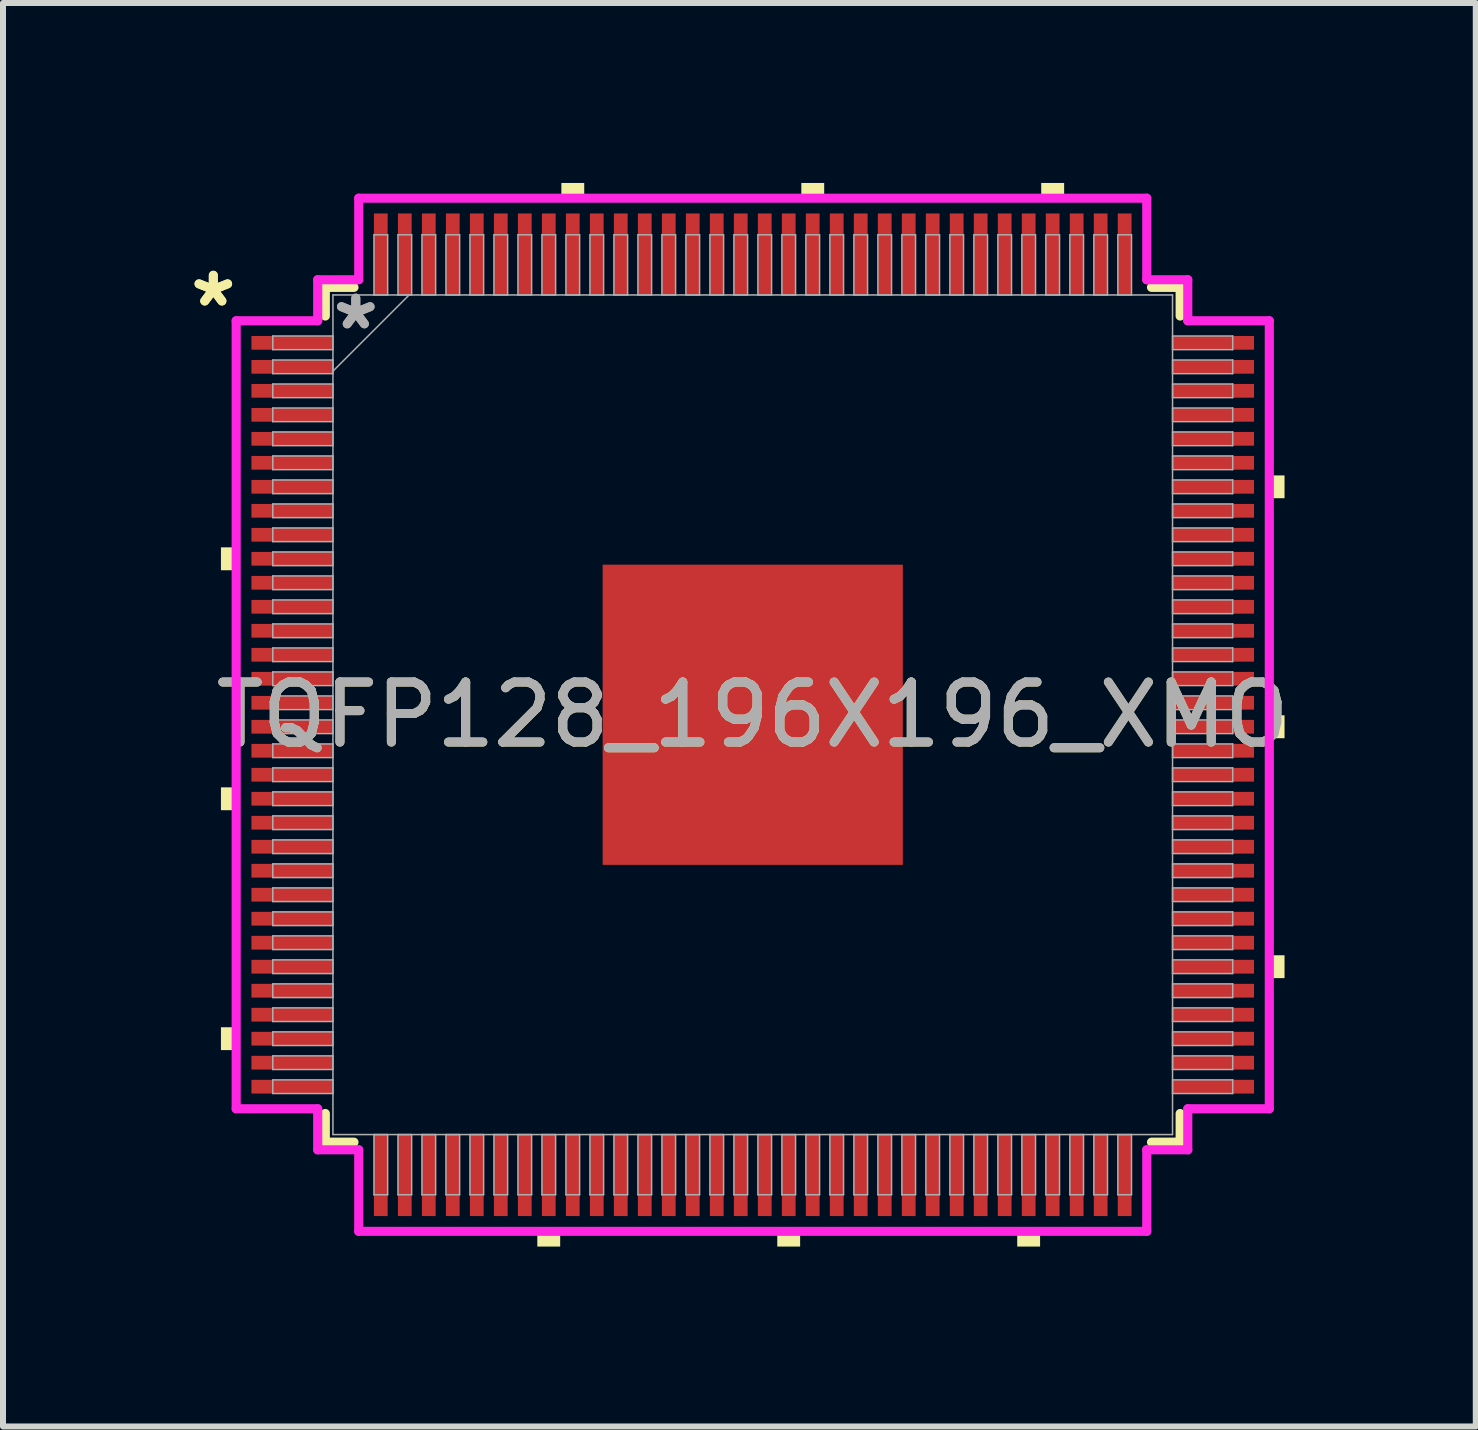
<source format=kicad_pcb>
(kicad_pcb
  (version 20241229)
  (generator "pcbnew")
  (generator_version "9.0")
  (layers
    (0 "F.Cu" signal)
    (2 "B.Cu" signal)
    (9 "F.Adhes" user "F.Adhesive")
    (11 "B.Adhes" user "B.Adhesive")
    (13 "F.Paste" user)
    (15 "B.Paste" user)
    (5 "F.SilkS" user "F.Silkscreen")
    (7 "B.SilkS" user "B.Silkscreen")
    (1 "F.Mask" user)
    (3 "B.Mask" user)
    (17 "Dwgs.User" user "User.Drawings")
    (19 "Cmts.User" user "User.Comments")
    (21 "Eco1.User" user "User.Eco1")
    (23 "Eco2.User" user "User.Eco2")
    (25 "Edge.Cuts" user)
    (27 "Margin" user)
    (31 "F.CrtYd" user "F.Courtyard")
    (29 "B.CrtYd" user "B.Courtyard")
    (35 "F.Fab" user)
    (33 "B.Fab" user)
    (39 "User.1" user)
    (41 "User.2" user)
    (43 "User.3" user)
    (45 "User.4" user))
  (footprint "TQFP128_196X196_XMO"
    (layer "F.Cu")
    (at 9.498 8.865)
    (property "Reference" "TQFP128_196X196_XMO" (at 0 0 0) (unlocked yes) (layer "F.SilkS") (effects (font (size 1 1) (thickness 0.15))))
    (attr smd)
    (fp_line (start -7.125 -7.125) (end -7.125 -6.647) (stroke (width 0.152) (type solid)) (layer "F.SilkS"))
    (fp_line (start -7.125 6.647) (end -7.125 7.125) (stroke (width 0.152) (type solid)) (layer "F.SilkS"))
    (fp_line (start -7.125 7.125) (end -6.647 7.125) (stroke (width 0.152) (type solid)) (layer "F.SilkS"))
    (fp_line (start -6.647 -7.125) (end -7.125 -7.125) (stroke (width 0.152) (type solid)) (layer "F.SilkS"))
    (fp_line (start 6.647 7.125) (end 7.125 7.125) (stroke (width 0.152) (type solid)) (layer "F.SilkS"))
    (fp_line (start 7.125 -7.125) (end 6.647 -7.125) (stroke (width 0.152) (type solid)) (layer "F.SilkS"))
    (fp_line (start 7.125 -6.647) (end 7.125 -7.125) (stroke (width 0.152) (type solid)) (layer "F.SilkS"))
    (fp_line (start 7.125 7.125) (end 7.125 6.647) (stroke (width 0.152) (type solid)) (layer "F.SilkS"))
    (fp_poly (pts (xy -8.865 -2.791) (xy -8.865 -2.409) (xy -8.611 -2.409) (xy -8.611 -2.791)) (stroke (width 0) (type solid)) (fill yes) (layer "F.SilkS"))
    (fp_poly (pts (xy -8.865 1.21) (xy -8.865 1.591) (xy -8.611 1.591) (xy -8.611 1.21)) (stroke (width 0) (type solid)) (fill yes) (layer "F.SilkS"))
    (fp_poly (pts (xy -8.865 5.209) (xy -8.865 5.59) (xy -8.611 5.59) (xy -8.611 5.209)) (stroke (width 0) (type solid)) (fill yes) (layer "F.SilkS"))
    (fp_poly (pts (xy -3.591 8.611) (xy -3.591 8.865) (xy -3.21 8.865) (xy -3.21 8.611)) (stroke (width 0) (type solid)) (fill yes) (layer "F.SilkS"))
    (fp_poly (pts (xy -3.19 -8.611) (xy -3.19 -8.865) (xy -2.809 -8.865) (xy -2.809 -8.611)) (stroke (width 0) (type solid)) (fill yes) (layer "F.SilkS"))
    (fp_poly (pts (xy 0.409 8.611) (xy 0.409 8.865) (xy 0.79 8.865) (xy 0.79 8.611)) (stroke (width 0) (type solid)) (fill yes) (layer "F.SilkS"))
    (fp_poly (pts (xy 0.81 -8.611) (xy 0.81 -8.865) (xy 1.191 -8.865) (xy 1.191 -8.611)) (stroke (width 0) (type solid)) (fill yes) (layer "F.SilkS"))
    (fp_poly (pts (xy 4.409 8.611) (xy 4.409 8.865) (xy 4.79 8.865) (xy 4.79 8.611)) (stroke (width 0) (type solid)) (fill yes) (layer "F.SilkS"))
    (fp_poly (pts (xy 4.809 -8.611) (xy 4.809 -8.865) (xy 5.191 -8.865) (xy 5.191 -8.611)) (stroke (width 0) (type solid)) (fill yes) (layer "F.SilkS"))
    (fp_poly (pts (xy 8.865 -3.99) (xy 8.865 -3.61) (xy 8.611 -3.61) (xy 8.611 -3.99)) (stroke (width 0) (type solid)) (fill yes) (layer "F.SilkS"))
    (fp_poly (pts (xy 8.865 0.009) (xy 8.865 0.391) (xy 8.611 0.391) (xy 8.611 0.009)) (stroke (width 0) (type solid)) (fill yes) (layer "F.SilkS"))
    (fp_poly (pts (xy 8.865 4.009) (xy 8.865 4.39) (xy 8.611 4.39) (xy 8.611 4.009)) (stroke (width 0) (type solid)) (fill yes) (layer "F.SilkS"))
    (fp_poly (pts (xy -2.402 -2.402) (xy -2.402 -0.934) (xy -0.934 -0.934) (xy -0.934 -2.402)) (stroke (width 0) (type solid)) (fill yes) (layer "F.Paste"))
    (fp_poly (pts (xy -2.402 -0.734) (xy -2.402 0.734) (xy -0.934 0.734) (xy -0.934 -0.734)) (stroke (width 0) (type solid)) (fill yes) (layer "F.Paste"))
    (fp_poly (pts (xy -2.402 0.934) (xy -2.402 2.402) (xy -0.934 2.402) (xy -0.934 0.934)) (stroke (width 0) (type solid)) (fill yes) (layer "F.Paste"))
    (fp_poly (pts (xy -0.734 -2.402) (xy -0.734 -0.934) (xy 0.734 -0.934) (xy 0.734 -2.402)) (stroke (width 0) (type solid)) (fill yes) (layer "F.Paste"))
    (fp_poly (pts (xy -0.734 -0.734) (xy -0.734 0.734) (xy 0.734 0.734) (xy 0.734 -0.734)) (stroke (width 0) (type solid)) (fill yes) (layer "F.Paste"))
    (fp_poly (pts (xy -0.734 0.934) (xy -0.734 2.402) (xy 0.734 2.402) (xy 0.734 0.934)) (stroke (width 0) (type solid)) (fill yes) (layer "F.Paste"))
    (fp_poly (pts (xy 0.934 -2.402) (xy 0.934 -0.934) (xy 2.402 -0.934) (xy 2.402 -2.402)) (stroke (width 0) (type solid)) (fill yes) (layer "F.Paste"))
    (fp_poly (pts (xy 0.934 -0.734) (xy 0.934 0.734) (xy 2.402 0.734) (xy 2.402 -0.734)) (stroke (width 0) (type solid)) (fill yes) (layer "F.Paste"))
    (fp_poly (pts (xy 0.934 0.934) (xy 0.934 2.402) (xy 2.402 2.402) (xy 2.402 0.934)) (stroke (width 0) (type solid)) (fill yes) (layer "F.Paste"))
    (fp_line (start -8.611 -6.568) (end -7.252 -6.568) (stroke (width 0.152) (type solid)) (layer "F.CrtYd"))
    (fp_line (start -8.611 6.568) (end -8.611 -6.568) (stroke (width 0.152) (type solid)) (layer "F.CrtYd"))
    (fp_line (start -7.252 -7.252) (end -6.568 -7.252) (stroke (width 0.152) (type solid)) (layer "F.CrtYd"))
    (fp_line (start -7.252 -6.568) (end -7.252 -7.252) (stroke (width 0.152) (type solid)) (layer "F.CrtYd"))
    (fp_line (start -7.252 6.568) (end -8.611 6.568) (stroke (width 0.152) (type solid)) (layer "F.CrtYd"))
    (fp_line (start -7.252 7.252) (end -7.252 6.568) (stroke (width 0.152) (type solid)) (layer "F.CrtYd"))
    (fp_line (start -7.252 7.252) (end -6.568 7.252) (stroke (width 0.152) (type solid)) (layer "F.CrtYd"))
    (fp_line (start -6.568 -8.611) (end 6.568 -8.611) (stroke (width 0.152) (type solid)) (layer "F.CrtYd"))
    (fp_line (start -6.568 -7.252) (end -6.568 -8.611) (stroke (width 0.152) (type solid)) (layer "F.CrtYd"))
    (fp_line (start -6.568 7.252) (end -6.568 8.611) (stroke (width 0.152) (type solid)) (layer "F.CrtYd"))
    (fp_line (start -6.568 8.611) (end 6.568 8.611) (stroke (width 0.152) (type solid)) (layer "F.CrtYd"))
    (fp_line (start 6.568 -8.611) (end 6.568 -7.252) (stroke (width 0.152) (type solid)) (layer "F.CrtYd"))
    (fp_line (start 6.568 -7.252) (end 7.252 -7.252) (stroke (width 0.152) (type solid)) (layer "F.CrtYd"))
    (fp_line (start 6.568 7.252) (end 7.252 7.252) (stroke (width 0.152) (type solid)) (layer "F.CrtYd"))
    (fp_line (start 6.568 8.611) (end 6.568 7.252) (stroke (width 0.152) (type solid)) (layer "F.CrtYd"))
    (fp_line (start 7.252 -6.568) (end 7.252 -7.252) (stroke (width 0.152) (type solid)) (layer "F.CrtYd"))
    (fp_line (start 7.252 6.568) (end 8.611 6.568) (stroke (width 0.152) (type solid)) (layer "F.CrtYd"))
    (fp_line (start 7.252 7.252) (end 7.252 6.568) (stroke (width 0.152) (type solid)) (layer "F.CrtYd"))
    (fp_line (start 8.611 -6.568) (end 7.252 -6.568) (stroke (width 0.152) (type solid)) (layer "F.CrtYd"))
    (fp_line (start 8.611 6.568) (end 8.611 -6.568) (stroke (width 0.152) (type solid)) (layer "F.CrtYd"))
    (fp_line (start -8.001 -6.314) (end -8.001 -6.086) (stroke (width 0.025) (type solid)) (layer "F.Fab"))
    (fp_line (start -8.001 -6.086) (end -6.998 -6.086) (stroke (width 0.025) (type solid)) (layer "F.Fab"))
    (fp_line (start -8.001 -5.914) (end -8.001 -5.686) (stroke (width 0.025) (type solid)) (layer "F.Fab"))
    (fp_line (start -8.001 -5.686) (end -6.998 -5.686) (stroke (width 0.025) (type solid)) (layer "F.Fab"))
    (fp_line (start -8.001 -5.514) (end -8.001 -5.286) (stroke (width 0.025) (type solid)) (layer "F.Fab"))
    (fp_line (start -8.001 -5.286) (end -6.998 -5.286) (stroke (width 0.025) (type solid)) (layer "F.Fab"))
    (fp_line (start -8.001 -5.114) (end -8.001 -4.886) (stroke (width 0.025) (type solid)) (layer "F.Fab"))
    (fp_line (start -8.001 -4.886) (end -6.998 -4.886) (stroke (width 0.025) (type solid)) (layer "F.Fab"))
    (fp_line (start -8.001 -4.714) (end -8.001 -4.486) (stroke (width 0.025) (type solid)) (layer "F.Fab"))
    (fp_line (start -8.001 -4.486) (end -6.998 -4.486) (stroke (width 0.025) (type solid)) (layer "F.Fab"))
    (fp_line (start -8.001 -4.314) (end -8.001 -4.086) (stroke (width 0.025) (type solid)) (layer "F.Fab"))
    (fp_line (start -8.001 -4.086) (end -6.998 -4.086) (stroke (width 0.025) (type solid)) (layer "F.Fab"))
    (fp_line (start -8.001 -3.914) (end -8.001 -3.686) (stroke (width 0.025) (type solid)) (layer "F.Fab"))
    (fp_line (start -8.001 -3.686) (end -6.998 -3.686) (stroke (width 0.025) (type solid)) (layer "F.Fab"))
    (fp_line (start -8.001 -3.514) (end -8.001 -3.286) (stroke (width 0.025) (type solid)) (layer "F.Fab"))
    (fp_line (start -8.001 -3.286) (end -6.998 -3.286) (stroke (width 0.025) (type solid)) (layer "F.Fab"))
    (fp_line (start -8.001 -3.114) (end -8.001 -2.886) (stroke (width 0.025) (type solid)) (layer "F.Fab"))
    (fp_line (start -8.001 -2.886) (end -6.998 -2.886) (stroke (width 0.025) (type solid)) (layer "F.Fab"))
    (fp_line (start -8.001 -2.714) (end -8.001 -2.486) (stroke (width 0.025) (type solid)) (layer "F.Fab"))
    (fp_line (start -8.001 -2.486) (end -6.998 -2.486) (stroke (width 0.025) (type solid)) (layer "F.Fab"))
    (fp_line (start -8.001 -2.314) (end -8.001 -2.086) (stroke (width 0.025) (type solid)) (layer "F.Fab"))
    (fp_line (start -8.001 -2.086) (end -6.998 -2.086) (stroke (width 0.025) (type solid)) (layer "F.Fab"))
    (fp_line (start -8.001 -1.914) (end -8.001 -1.686) (stroke (width 0.025) (type solid)) (layer "F.Fab"))
    (fp_line (start -8.001 -1.686) (end -6.998 -1.686) (stroke (width 0.025) (type solid)) (layer "F.Fab"))
    (fp_line (start -8.001 -1.514) (end -8.001 -1.286) (stroke (width 0.025) (type solid)) (layer "F.Fab"))
    (fp_line (start -8.001 -1.286) (end -6.998 -1.286) (stroke (width 0.025) (type solid)) (layer "F.Fab"))
    (fp_line (start -8.001 -1.114) (end -8.001 -0.886) (stroke (width 0.025) (type solid)) (layer "F.Fab"))
    (fp_line (start -8.001 -0.886) (end -6.998 -0.886) (stroke (width 0.025) (type solid)) (layer "F.Fab"))
    (fp_line (start -8.001 -0.714) (end -8.001 -0.486) (stroke (width 0.025) (type solid)) (layer "F.Fab"))
    (fp_line (start -8.001 -0.486) (end -6.998 -0.486) (stroke (width 0.025) (type solid)) (layer "F.Fab"))
    (fp_line (start -8.001 -0.314) (end -8.001 -0.086) (stroke (width 0.025) (type solid)) (layer "F.Fab"))
    (fp_line (start -8.001 -0.086) (end -6.998 -0.086) (stroke (width 0.025) (type solid)) (layer "F.Fab"))
    (fp_line (start -8.001 0.086) (end -8.001 0.314) (stroke (width 0.025) (type solid)) (layer "F.Fab"))
    (fp_line (start -8.001 0.314) (end -6.998 0.314) (stroke (width 0.025) (type solid)) (layer "F.Fab"))
    (fp_line (start -8.001 0.486) (end -8.001 0.714) (stroke (width 0.025) (type solid)) (layer "F.Fab"))
    (fp_line (start -8.001 0.714) (end -6.998 0.714) (stroke (width 0.025) (type solid)) (layer "F.Fab"))
    (fp_line (start -8.001 0.886) (end -8.001 1.114) (stroke (width 0.025) (type solid)) (layer "F.Fab"))
    (fp_line (start -8.001 1.114) (end -6.998 1.114) (stroke (width 0.025) (type solid)) (layer "F.Fab"))
    (fp_line (start -8.001 1.286) (end -8.001 1.514) (stroke (width 0.025) (type solid)) (layer "F.Fab"))
    (fp_line (start -8.001 1.514) (end -6.998 1.514) (stroke (width 0.025) (type solid)) (layer "F.Fab"))
    (fp_line (start -8.001 1.686) (end -8.001 1.914) (stroke (width 0.025) (type solid)) (layer "F.Fab"))
    (fp_line (start -8.001 1.914) (end -6.998 1.914) (stroke (width 0.025) (type solid)) (layer "F.Fab"))
    (fp_line (start -8.001 2.086) (end -8.001 2.314) (stroke (width 0.025) (type solid)) (layer "F.Fab"))
    (fp_line (start -8.001 2.314) (end -6.998 2.314) (stroke (width 0.025) (type solid)) (layer "F.Fab"))
    (fp_line (start -8.001 2.486) (end -8.001 2.714) (stroke (width 0.025) (type solid)) (layer "F.Fab"))
    (fp_line (start -8.001 2.714) (end -6.998 2.714) (stroke (width 0.025) (type solid)) (layer "F.Fab"))
    (fp_line (start -8.001 2.886) (end -8.001 3.114) (stroke (width 0.025) (type solid)) (layer "F.Fab"))
    (fp_line (start -8.001 3.114) (end -6.998 3.114) (stroke (width 0.025) (type solid)) (layer "F.Fab"))
    (fp_line (start -8.001 3.286) (end -8.001 3.514) (stroke (width 0.025) (type solid)) (layer "F.Fab"))
    (fp_line (start -8.001 3.514) (end -6.998 3.514) (stroke (width 0.025) (type solid)) (layer "F.Fab"))
    (fp_line (start -8.001 3.686) (end -8.001 3.914) (stroke (width 0.025) (type solid)) (layer "F.Fab"))
    (fp_line (start -8.001 3.914) (end -6.998 3.914) (stroke (width 0.025) (type solid)) (layer "F.Fab"))
    (fp_line (start -8.001 4.086) (end -8.001 4.314) (stroke (width 0.025) (type solid)) (layer "F.Fab"))
    (fp_line (start -8.001 4.314) (end -6.998 4.314) (stroke (width 0.025) (type solid)) (layer "F.Fab"))
    (fp_line (start -8.001 4.486) (end -8.001 4.714) (stroke (width 0.025) (type solid)) (layer "F.Fab"))
    (fp_line (start -8.001 4.714) (end -6.998 4.714) (stroke (width 0.025) (type solid)) (layer "F.Fab"))
    (fp_line (start -8.001 4.886) (end -8.001 5.114) (stroke (width 0.025) (type solid)) (layer "F.Fab"))
    (fp_line (start -8.001 5.114) (end -6.998 5.114) (stroke (width 0.025) (type solid)) (layer "F.Fab"))
    (fp_line (start -8.001 5.286) (end -8.001 5.514) (stroke (width 0.025) (type solid)) (layer "F.Fab"))
    (fp_line (start -8.001 5.514) (end -6.998 5.514) (stroke (width 0.025) (type solid)) (layer "F.Fab"))
    (fp_line (start -8.001 5.686) (end -8.001 5.914) (stroke (width 0.025) (type solid)) (layer "F.Fab"))
    (fp_line (start -8.001 5.914) (end -6.998 5.914) (stroke (width 0.025) (type solid)) (layer "F.Fab"))
    (fp_line (start -8.001 6.086) (end -8.001 6.314) (stroke (width 0.025) (type solid)) (layer "F.Fab"))
    (fp_line (start -8.001 6.314) (end -6.998 6.314) (stroke (width 0.025) (type solid)) (layer "F.Fab"))
    (fp_line (start -6.998 -6.998) (end -6.998 6.998) (stroke (width 0.025) (type solid)) (layer "F.Fab"))
    (fp_line (start -6.998 -6.314) (end -8.001 -6.314) (stroke (width 0.025) (type solid)) (layer "F.Fab"))
    (fp_line (start -6.998 -6.086) (end -6.998 -6.314) (stroke (width 0.025) (type solid)) (layer "F.Fab"))
    (fp_line (start -6.998 -5.914) (end -8.001 -5.914) (stroke (width 0.025) (type solid)) (layer "F.Fab"))
    (fp_line (start -6.998 -5.728) (end -5.728 -6.998) (stroke (width 0.025) (type solid)) (layer "F.Fab"))
    (fp_line (start -6.998 -5.686) (end -6.998 -5.914) (stroke (width 0.025) (type solid)) (layer "F.Fab"))
    (fp_line (start -6.998 -5.514) (end -8.001 -5.514) (stroke (width 0.025) (type solid)) (layer "F.Fab"))
    (fp_line (start -6.998 -5.286) (end -6.998 -5.514) (stroke (width 0.025) (type solid)) (layer "F.Fab"))
    (fp_line (start -6.998 -5.114) (end -8.001 -5.114) (stroke (width 0.025) (type solid)) (layer "F.Fab"))
    (fp_line (start -6.998 -4.886) (end -6.998 -5.114) (stroke (width 0.025) (type solid)) (layer "F.Fab"))
    (fp_line (start -6.998 -4.714) (end -8.001 -4.714) (stroke (width 0.025) (type solid)) (layer "F.Fab"))
    (fp_line (start -6.998 -4.486) (end -6.998 -4.714) (stroke (width 0.025) (type solid)) (layer "F.Fab"))
    (fp_line (start -6.998 -4.314) (end -8.001 -4.314) (stroke (width 0.025) (type solid)) (layer "F.Fab"))
    (fp_line (start -6.998 -4.086) (end -6.998 -4.314) (stroke (width 0.025) (type solid)) (layer "F.Fab"))
    (fp_line (start -6.998 -3.914) (end -8.001 -3.914) (stroke (width 0.025) (type solid)) (layer "F.Fab"))
    (fp_line (start -6.998 -3.686) (end -6.998 -3.914) (stroke (width 0.025) (type solid)) (layer "F.Fab"))
    (fp_line (start -6.998 -3.514) (end -8.001 -3.514) (stroke (width 0.025) (type solid)) (layer "F.Fab"))
    (fp_line (start -6.998 -3.286) (end -6.998 -3.514) (stroke (width 0.025) (type solid)) (layer "F.Fab"))
    (fp_line (start -6.998 -3.114) (end -8.001 -3.114) (stroke (width 0.025) (type solid)) (layer "F.Fab"))
    (fp_line (start -6.998 -2.886) (end -6.998 -3.114) (stroke (width 0.025) (type solid)) (layer "F.Fab"))
    (fp_line (start -6.998 -2.714) (end -8.001 -2.714) (stroke (width 0.025) (type solid)) (layer "F.Fab"))
    (fp_line (start -6.998 -2.486) (end -6.998 -2.714) (stroke (width 0.025) (type solid)) (layer "F.Fab"))
    (fp_line (start -6.998 -2.314) (end -8.001 -2.314) (stroke (width 0.025) (type solid)) (layer "F.Fab"))
    (fp_line (start -6.998 -2.086) (end -6.998 -2.314) (stroke (width 0.025) (type solid)) (layer "F.Fab"))
    (fp_line (start -6.998 -1.914) (end -8.001 -1.914) (stroke (width 0.025) (type solid)) (layer "F.Fab"))
    (fp_line (start -6.998 -1.686) (end -6.998 -1.914) (stroke (width 0.025) (type solid)) (layer "F.Fab"))
    (fp_line (start -6.998 -1.514) (end -8.001 -1.514) (stroke (width 0.025) (type solid)) (layer "F.Fab"))
    (fp_line (start -6.998 -1.286) (end -6.998 -1.514) (stroke (width 0.025) (type solid)) (layer "F.Fab"))
    (fp_line (start -6.998 -1.114) (end -8.001 -1.114) (stroke (width 0.025) (type solid)) (layer "F.Fab"))
    (fp_line (start -6.998 -0.886) (end -6.998 -1.114) (stroke (width 0.025) (type solid)) (layer "F.Fab"))
    (fp_line (start -6.998 -0.714) (end -8.001 -0.714) (stroke (width 0.025) (type solid)) (layer "F.Fab"))
    (fp_line (start -6.998 -0.486) (end -6.998 -0.714) (stroke (width 0.025) (type solid)) (layer "F.Fab"))
    (fp_line (start -6.998 -0.314) (end -8.001 -0.314) (stroke (width 0.025) (type solid)) (layer "F.Fab"))
    (fp_line (start -6.998 -0.086) (end -6.998 -0.314) (stroke (width 0.025) (type solid)) (layer "F.Fab"))
    (fp_line (start -6.998 0.086) (end -8.001 0.086) (stroke (width 0.025) (type solid)) (layer "F.Fab"))
    (fp_line (start -6.998 0.314) (end -6.998 0.086) (stroke (width 0.025) (type solid)) (layer "F.Fab"))
    (fp_line (start -6.998 0.486) (end -8.001 0.486) (stroke (width 0.025) (type solid)) (layer "F.Fab"))
    (fp_line (start -6.998 0.714) (end -6.998 0.486) (stroke (width 0.025) (type solid)) (layer "F.Fab"))
    (fp_line (start -6.998 0.886) (end -8.001 0.886) (stroke (width 0.025) (type solid)) (layer "F.Fab"))
    (fp_line (start -6.998 1.114) (end -6.998 0.886) (stroke (width 0.025) (type solid)) (layer "F.Fab"))
    (fp_line (start -6.998 1.286) (end -8.001 1.286) (stroke (width 0.025) (type solid)) (layer "F.Fab"))
    (fp_line (start -6.998 1.514) (end -6.998 1.286) (stroke (width 0.025) (type solid)) (layer "F.Fab"))
    (fp_line (start -6.998 1.686) (end -8.001 1.686) (stroke (width 0.025) (type solid)) (layer "F.Fab"))
    (fp_line (start -6.998 1.914) (end -6.998 1.686) (stroke (width 0.025) (type solid)) (layer "F.Fab"))
    (fp_line (start -6.998 2.086) (end -8.001 2.086) (stroke (width 0.025) (type solid)) (layer "F.Fab"))
    (fp_line (start -6.998 2.314) (end -6.998 2.086) (stroke (width 0.025) (type solid)) (layer "F.Fab"))
    (fp_line (start -6.998 2.486) (end -8.001 2.486) (stroke (width 0.025) (type solid)) (layer "F.Fab"))
    (fp_line (start -6.998 2.714) (end -6.998 2.486) (stroke (width 0.025) (type solid)) (layer "F.Fab"))
    (fp_line (start -6.998 2.886) (end -8.001 2.886) (stroke (width 0.025) (type solid)) (layer "F.Fab"))
    (fp_line (start -6.998 3.114) (end -6.998 2.886) (stroke (width 0.025) (type solid)) (layer "F.Fab"))
    (fp_line (start -6.998 3.286) (end -8.001 3.286) (stroke (width 0.025) (type solid)) (layer "F.Fab"))
    (fp_line (start -6.998 3.514) (end -6.998 3.286) (stroke (width 0.025) (type solid)) (layer "F.Fab"))
    (fp_line (start -6.998 3.686) (end -8.001 3.686) (stroke (width 0.025) (type solid)) (layer "F.Fab"))
    (fp_line (start -6.998 3.914) (end -6.998 3.686) (stroke (width 0.025) (type solid)) (layer "F.Fab"))
    (fp_line (start -6.998 4.086) (end -8.001 4.086) (stroke (width 0.025) (type solid)) (layer "F.Fab"))
    (fp_line (start -6.998 4.314) (end -6.998 4.086) (stroke (width 0.025) (type solid)) (layer "F.Fab"))
    (fp_line (start -6.998 4.486) (end -8.001 4.486) (stroke (width 0.025) (type solid)) (layer "F.Fab"))
    (fp_line (start -6.998 4.714) (end -6.998 4.486) (stroke (width 0.025) (type solid)) (layer "F.Fab"))
    (fp_line (start -6.998 4.886) (end -8.001 4.886) (stroke (width 0.025) (type solid)) (layer "F.Fab"))
    (fp_line (start -6.998 5.114) (end -6.998 4.886) (stroke (width 0.025) (type solid)) (layer "F.Fab"))
    (fp_line (start -6.998 5.286) (end -8.001 5.286) (stroke (width 0.025) (type solid)) (layer "F.Fab"))
    (fp_line (start -6.998 5.514) (end -6.998 5.286) (stroke (width 0.025) (type solid)) (layer "F.Fab"))
    (fp_line (start -6.998 5.686) (end -8.001 5.686) (stroke (width 0.025) (type solid)) (layer "F.Fab"))
    (fp_line (start -6.998 5.914) (end -6.998 5.686) (stroke (width 0.025) (type solid)) (layer "F.Fab"))
    (fp_line (start -6.998 6.086) (end -8.001 6.086) (stroke (width 0.025) (type solid)) (layer "F.Fab"))
    (fp_line (start -6.998 6.314) (end -6.998 6.086) (stroke (width 0.025) (type solid)) (layer "F.Fab"))
    (fp_line (start -6.998 6.998) (end 6.998 6.998) (stroke (width 0.025) (type solid)) (layer "F.Fab"))
    (fp_line (start -6.314 -8.001) (end -6.314 -6.998) (stroke (width 0.025) (type solid)) (layer "F.Fab"))
    (fp_line (start -6.314 -6.998) (end -6.086 -6.998) (stroke (width 0.025) (type solid)) (layer "F.Fab"))
    (fp_line (start -6.314 6.998) (end -6.314 8.001) (stroke (width 0.025) (type solid)) (layer "F.Fab"))
    (fp_line (start -6.314 8.001) (end -6.086 8.001) (stroke (width 0.025) (type solid)) (layer "F.Fab"))
    (fp_line (start -6.086 -8.001) (end -6.314 -8.001) (stroke (width 0.025) (type solid)) (layer "F.Fab"))
    (fp_line (start -6.086 -6.998) (end -6.086 -8.001) (stroke (width 0.025) (type solid)) (layer "F.Fab"))
    (fp_line (start -6.086 6.998) (end -6.314 6.998) (stroke (width 0.025) (type solid)) (layer "F.Fab"))
    (fp_line (start -6.086 8.001) (end -6.086 6.998) (stroke (width 0.025) (type solid)) (layer "F.Fab"))
    (fp_line (start -5.914 6.998) (end -5.914 8.001) (stroke (width 0.025) (type solid)) (layer "F.Fab"))
    (fp_line (start -5.914 8.001) (end -5.686 8.001) (stroke (width 0.025) (type solid)) (layer "F.Fab"))
    (fp_line (start -5.914 -8.001) (end -5.914 -6.998) (stroke (width 0.025) (type solid)) (layer "F.Fab"))
    (fp_line (start -5.914 -6.998) (end -5.686 -6.998) (stroke (width 0.025) (type solid)) (layer "F.Fab"))
    (fp_line (start -5.686 6.998) (end -5.914 6.998) (stroke (width 0.025) (type solid)) (layer "F.Fab"))
    (fp_line (start -5.686 8.001) (end -5.686 6.998) (stroke (width 0.025) (type solid)) (layer "F.Fab"))
    (fp_line (start -5.686 -8.001) (end -5.914 -8.001) (stroke (width 0.025) (type solid)) (layer "F.Fab"))
    (fp_line (start -5.686 -6.998) (end -5.686 -8.001) (stroke (width 0.025) (type solid)) (layer "F.Fab"))
    (fp_line (start -5.514 6.998) (end -5.514 8.001) (stroke (width 0.025) (type solid)) (layer "F.Fab"))
    (fp_line (start -5.514 8.001) (end -5.286 8.001) (stroke (width 0.025) (type solid)) (layer "F.Fab"))
    (fp_line (start -5.514 -8.001) (end -5.514 -6.998) (stroke (width 0.025) (type solid)) (layer "F.Fab"))
    (fp_line (start -5.514 -6.998) (end -5.286 -6.998) (stroke (width 0.025) (type solid)) (layer "F.Fab"))
    (fp_line (start -5.286 6.998) (end -5.514 6.998) (stroke (width 0.025) (type solid)) (layer "F.Fab"))
    (fp_line (start -5.286 8.001) (end -5.286 6.998) (stroke (width 0.025) (type solid)) (layer "F.Fab"))
    (fp_line (start -5.286 -8.001) (end -5.514 -8.001) (stroke (width 0.025) (type solid)) (layer "F.Fab"))
    (fp_line (start -5.286 -6.998) (end -5.286 -8.001) (stroke (width 0.025) (type solid)) (layer "F.Fab"))
    (fp_line (start -5.114 6.998) (end -5.114 8.001) (stroke (width 0.025) (type solid)) (layer "F.Fab"))
    (fp_line (start -5.114 8.001) (end -4.886 8.001) (stroke (width 0.025) (type solid)) (layer "F.Fab"))
    (fp_line (start -5.114 -8.001) (end -5.114 -6.998) (stroke (width 0.025) (type solid)) (layer "F.Fab"))
    (fp_line (start -5.114 -6.998) (end -4.886 -6.998) (stroke (width 0.025) (type solid)) (layer "F.Fab"))
    (fp_line (start -4.886 6.998) (end -5.114 6.998) (stroke (width 0.025) (type solid)) (layer "F.Fab"))
    (fp_line (start -4.886 8.001) (end -4.886 6.998) (stroke (width 0.025) (type solid)) (layer "F.Fab"))
    (fp_line (start -4.886 -8.001) (end -5.114 -8.001) (stroke (width 0.025) (type solid)) (layer "F.Fab"))
    (fp_line (start -4.886 -6.998) (end -4.886 -8.001) (stroke (width 0.025) (type solid)) (layer "F.Fab"))
    (fp_line (start -4.714 6.998) (end -4.714 8.001) (stroke (width 0.025) (type solid)) (layer "F.Fab"))
    (fp_line (start -4.714 8.001) (end -4.486 8.001) (stroke (width 0.025) (type solid)) (layer "F.Fab"))
    (fp_line (start -4.714 -8.001) (end -4.714 -6.998) (stroke (width 0.025) (type solid)) (layer "F.Fab"))
    (fp_line (start -4.714 -6.998) (end -4.486 -6.998) (stroke (width 0.025) (type solid)) (layer "F.Fab"))
    (fp_line (start -4.486 6.998) (end -4.714 6.998) (stroke (width 0.025) (type solid)) (layer "F.Fab"))
    (fp_line (start -4.486 8.001) (end -4.486 6.998) (stroke (width 0.025) (type solid)) (layer "F.Fab"))
    (fp_line (start -4.486 -8.001) (end -4.714 -8.001) (stroke (width 0.025) (type solid)) (layer "F.Fab"))
    (fp_line (start -4.486 -6.998) (end -4.486 -8.001) (stroke (width 0.025) (type solid)) (layer "F.Fab"))
    (fp_line (start -4.314 6.998) (end -4.314 8.001) (stroke (width 0.025) (type solid)) (layer "F.Fab"))
    (fp_line (start -4.314 8.001) (end -4.086 8.001) (stroke (width 0.025) (type solid)) (layer "F.Fab"))
    (fp_line (start -4.314 -8.001) (end -4.314 -6.998) (stroke (width 0.025) (type solid)) (layer "F.Fab"))
    (fp_line (start -4.314 -6.998) (end -4.086 -6.998) (stroke (width 0.025) (type solid)) (layer "F.Fab"))
    (fp_line (start -4.086 6.998) (end -4.314 6.998) (stroke (width 0.025) (type solid)) (layer "F.Fab"))
    (fp_line (start -4.086 8.001) (end -4.086 6.998) (stroke (width 0.025) (type solid)) (layer "F.Fab"))
    (fp_line (start -4.086 -8.001) (end -4.314 -8.001) (stroke (width 0.025) (type solid)) (layer "F.Fab"))
    (fp_line (start -4.086 -6.998) (end -4.086 -8.001) (stroke (width 0.025) (type solid)) (layer "F.Fab"))
    (fp_line (start -3.914 6.998) (end -3.914 8.001) (stroke (width 0.025) (type solid)) (layer "F.Fab"))
    (fp_line (start -3.914 8.001) (end -3.686 8.001) (stroke (width 0.025) (type solid)) (layer "F.Fab"))
    (fp_line (start -3.914 -8.001) (end -3.914 -6.998) (stroke (width 0.025) (type solid)) (layer "F.Fab"))
    (fp_line (start -3.914 -6.998) (end -3.686 -6.998) (stroke (width 0.025) (type solid)) (layer "F.Fab"))
    (fp_line (start -3.686 6.998) (end -3.914 6.998) (stroke (width 0.025) (type solid)) (layer "F.Fab"))
    (fp_line (start -3.686 8.001) (end -3.686 6.998) (stroke (width 0.025) (type solid)) (layer "F.Fab"))
    (fp_line (start -3.686 -8.001) (end -3.914 -8.001) (stroke (width 0.025) (type solid)) (layer "F.Fab"))
    (fp_line (start -3.686 -6.998) (end -3.686 -8.001) (stroke (width 0.025) (type solid)) (layer "F.Fab"))
    (fp_line (start -3.514 6.998) (end -3.514 8.001) (stroke (width 0.025) (type solid)) (layer "F.Fab"))
    (fp_line (start -3.514 8.001) (end -3.286 8.001) (stroke (width 0.025) (type solid)) (layer "F.Fab"))
    (fp_line (start -3.514 -8.001) (end -3.514 -6.998) (stroke (width 0.025) (type solid)) (layer "F.Fab"))
    (fp_line (start -3.514 -6.998) (end -3.286 -6.998) (stroke (width 0.025) (type solid)) (layer "F.Fab"))
    (fp_line (start -3.286 6.998) (end -3.514 6.998) (stroke (width 0.025) (type solid)) (layer "F.Fab"))
    (fp_line (start -3.286 8.001) (end -3.286 6.998) (stroke (width 0.025) (type solid)) (layer "F.Fab"))
    (fp_line (start -3.286 -8.001) (end -3.514 -8.001) (stroke (width 0.025) (type solid)) (layer "F.Fab"))
    (fp_line (start -3.286 -6.998) (end -3.286 -8.001) (stroke (width 0.025) (type solid)) (layer "F.Fab"))
    (fp_line (start -3.114 6.998) (end -3.114 8.001) (stroke (width 0.025) (type solid)) (layer "F.Fab"))
    (fp_line (start -3.114 8.001) (end -2.886 8.001) (stroke (width 0.025) (type solid)) (layer "F.Fab"))
    (fp_line (start -3.114 -8.001) (end -3.114 -6.998) (stroke (width 0.025) (type solid)) (layer "F.Fab"))
    (fp_line (start -3.114 -6.998) (end -2.886 -6.998) (stroke (width 0.025) (type solid)) (layer "F.Fab"))
    (fp_line (start -2.886 6.998) (end -3.114 6.998) (stroke (width 0.025) (type solid)) (layer "F.Fab"))
    (fp_line (start -2.886 8.001) (end -2.886 6.998) (stroke (width 0.025) (type solid)) (layer "F.Fab"))
    (fp_line (start -2.886 -8.001) (end -3.114 -8.001) (stroke (width 0.025) (type solid)) (layer "F.Fab"))
    (fp_line (start -2.886 -6.998) (end -2.886 -8.001) (stroke (width 0.025) (type solid)) (layer "F.Fab"))
    (fp_line (start -2.714 -8.001) (end -2.714 -6.998) (stroke (width 0.025) (type solid)) (layer "F.Fab"))
    (fp_line (start -2.714 -6.998) (end -2.486 -6.998) (stroke (width 0.025) (type solid)) (layer "F.Fab"))
    (fp_line (start -2.714 6.998) (end -2.714 8.001) (stroke (width 0.025) (type solid)) (layer "F.Fab"))
    (fp_line (start -2.714 8.001) (end -2.486 8.001) (stroke (width 0.025) (type solid)) (layer "F.Fab"))
    (fp_line (start -2.486 -8.001) (end -2.714 -8.001) (stroke (width 0.025) (type solid)) (layer "F.Fab"))
    (fp_line (start -2.486 -6.998) (end -2.486 -8.001) (stroke (width 0.025) (type solid)) (layer "F.Fab"))
    (fp_line (start -2.486 6.998) (end -2.714 6.998) (stroke (width 0.025) (type solid)) (layer "F.Fab"))
    (fp_line (start -2.486 8.001) (end -2.486 6.998) (stroke (width 0.025) (type solid)) (layer "F.Fab"))
    (fp_line (start -2.314 -8.001) (end -2.314 -6.998) (stroke (width 0.025) (type solid)) (layer "F.Fab"))
    (fp_line (start -2.314 -6.998) (end -2.086 -6.998) (stroke (width 0.025) (type solid)) (layer "F.Fab"))
    (fp_line (start -2.314 6.998) (end -2.314 8.001) (stroke (width 0.025) (type solid)) (layer "F.Fab"))
    (fp_line (start -2.314 8.001) (end -2.086 8.001) (stroke (width 0.025) (type solid)) (layer "F.Fab"))
    (fp_line (start -2.086 -8.001) (end -2.314 -8.001) (stroke (width 0.025) (type solid)) (layer "F.Fab"))
    (fp_line (start -2.086 -6.998) (end -2.086 -8.001) (stroke (width 0.025) (type solid)) (layer "F.Fab"))
    (fp_line (start -2.086 6.998) (end -2.314 6.998) (stroke (width 0.025) (type solid)) (layer "F.Fab"))
    (fp_line (start -2.086 8.001) (end -2.086 6.998) (stroke (width 0.025) (type solid)) (layer "F.Fab"))
    (fp_line (start -1.914 -8.001) (end -1.914 -6.998) (stroke (width 0.025) (type solid)) (layer "F.Fab"))
    (fp_line (start -1.914 -6.998) (end -1.686 -6.998) (stroke (width 0.025) (type solid)) (layer "F.Fab"))
    (fp_line (start -1.914 6.998) (end -1.914 8.001) (stroke (width 0.025) (type solid)) (layer "F.Fab"))
    (fp_line (start -1.914 8.001) (end -1.686 8.001) (stroke (width 0.025) (type solid)) (layer "F.Fab"))
    (fp_line (start -1.686 -8.001) (end -1.914 -8.001) (stroke (width 0.025) (type solid)) (layer "F.Fab"))
    (fp_line (start -1.686 -6.998) (end -1.686 -8.001) (stroke (width 0.025) (type solid)) (layer "F.Fab"))
    (fp_line (start -1.686 6.998) (end -1.914 6.998) (stroke (width 0.025) (type solid)) (layer "F.Fab"))
    (fp_line (start -1.686 8.001) (end -1.686 6.998) (stroke (width 0.025) (type solid)) (layer "F.Fab"))
    (fp_line (start -1.514 -8.001) (end -1.514 -6.998) (stroke (width 0.025) (type solid)) (layer "F.Fab"))
    (fp_line (start -1.514 -6.998) (end -1.286 -6.998) (stroke (width 0.025) (type solid)) (layer "F.Fab"))
    (fp_line (start -1.514 6.998) (end -1.514 8.001) (stroke (width 0.025) (type solid)) (layer "F.Fab"))
    (fp_line (start -1.514 8.001) (end -1.286 8.001) (stroke (width 0.025) (type solid)) (layer "F.Fab"))
    (fp_line (start -1.286 -8.001) (end -1.514 -8.001) (stroke (width 0.025) (type solid)) (layer "F.Fab"))
    (fp_line (start -1.286 -6.998) (end -1.286 -8.001) (stroke (width 0.025) (type solid)) (layer "F.Fab"))
    (fp_line (start -1.286 6.998) (end -1.514 6.998) (stroke (width 0.025) (type solid)) (layer "F.Fab"))
    (fp_line (start -1.286 8.001) (end -1.286 6.998) (stroke (width 0.025) (type solid)) (layer "F.Fab"))
    (fp_line (start -1.114 -8.001) (end -1.114 -6.998) (stroke (width 0.025) (type solid)) (layer "F.Fab"))
    (fp_line (start -1.114 -6.998) (end -0.886 -6.998) (stroke (width 0.025) (type solid)) (layer "F.Fab"))
    (fp_line (start -1.114 6.998) (end -1.114 8.001) (stroke (width 0.025) (type solid)) (layer "F.Fab"))
    (fp_line (start -1.114 8.001) (end -0.886 8.001) (stroke (width 0.025) (type solid)) (layer "F.Fab"))
    (fp_line (start -0.886 -8.001) (end -1.114 -8.001) (stroke (width 0.025) (type solid)) (layer "F.Fab"))
    (fp_line (start -0.886 -6.998) (end -0.886 -8.001) (stroke (width 0.025) (type solid)) (layer "F.Fab"))
    (fp_line (start -0.886 6.998) (end -1.114 6.998) (stroke (width 0.025) (type solid)) (layer "F.Fab"))
    (fp_line (start -0.886 8.001) (end -0.886 6.998) (stroke (width 0.025) (type solid)) (layer "F.Fab"))
    (fp_line (start -0.714 -8.001) (end -0.714 -6.998) (stroke (width 0.025) (type solid)) (layer "F.Fab"))
    (fp_line (start -0.714 -6.998) (end -0.486 -6.998) (stroke (width 0.025) (type solid)) (layer "F.Fab"))
    (fp_line (start -0.714 6.998) (end -0.714 8.001) (stroke (width 0.025) (type solid)) (layer "F.Fab"))
    (fp_line (start -0.714 8.001) (end -0.486 8.001) (stroke (width 0.025) (type solid)) (layer "F.Fab"))
    (fp_line (start -0.486 -8.001) (end -0.714 -8.001) (stroke (width 0.025) (type solid)) (layer "F.Fab"))
    (fp_line (start -0.486 -6.998) (end -0.486 -8.001) (stroke (width 0.025) (type solid)) (layer "F.Fab"))
    (fp_line (start -0.486 6.998) (end -0.714 6.998) (stroke (width 0.025) (type solid)) (layer "F.Fab"))
    (fp_line (start -0.486 8.001) (end -0.486 6.998) (stroke (width 0.025) (type solid)) (layer "F.Fab"))
    (fp_line (start -0.314 -8.001) (end -0.314 -6.998) (stroke (width 0.025) (type solid)) (layer "F.Fab"))
    (fp_line (start -0.314 -6.998) (end -0.086 -6.998) (stroke (width 0.025) (type solid)) (layer "F.Fab"))
    (fp_line (start -0.314 6.998) (end -0.314 8.001) (stroke (width 0.025) (type solid)) (layer "F.Fab"))
    (fp_line (start -0.314 8.001) (end -0.086 8.001) (stroke (width 0.025) (type solid)) (layer "F.Fab"))
    (fp_line (start -0.086 -8.001) (end -0.314 -8.001) (stroke (width 0.025) (type solid)) (layer "F.Fab"))
    (fp_line (start -0.086 -6.998) (end -0.086 -8.001) (stroke (width 0.025) (type solid)) (layer "F.Fab"))
    (fp_line (start -0.086 6.998) (end -0.314 6.998) (stroke (width 0.025) (type solid)) (layer "F.Fab"))
    (fp_line (start -0.086 8.001) (end -0.086 6.998) (stroke (width 0.025) (type solid)) (layer "F.Fab"))
    (fp_line (start 0.086 -8.001) (end 0.086 -6.998) (stroke (width 0.025) (type solid)) (layer "F.Fab"))
    (fp_line (start 0.086 -6.998) (end 0.314 -6.998) (stroke (width 0.025) (type solid)) (layer "F.Fab"))
    (fp_line (start 0.086 6.998) (end 0.086 8.001) (stroke (width 0.025) (type solid)) (layer "F.Fab"))
    (fp_line (start 0.086 8.001) (end 0.314 8.001) (stroke (width 0.025) (type solid)) (layer "F.Fab"))
    (fp_line (start 0.314 -8.001) (end 0.086 -8.001) (stroke (width 0.025) (type solid)) (layer "F.Fab"))
    (fp_line (start 0.314 -6.998) (end 0.314 -8.001) (stroke (width 0.025) (type solid)) (layer "F.Fab"))
    (fp_line (start 0.314 6.998) (end 0.086 6.998) (stroke (width 0.025) (type solid)) (layer "F.Fab"))
    (fp_line (start 0.314 8.001) (end 0.314 6.998) (stroke (width 0.025) (type solid)) (layer "F.Fab"))
    (fp_line (start 0.486 -8.001) (end 0.486 -6.998) (stroke (width 0.025) (type solid)) (layer "F.Fab"))
    (fp_line (start 0.486 -6.998) (end 0.714 -6.998) (stroke (width 0.025) (type solid)) (layer "F.Fab"))
    (fp_line (start 0.486 6.998) (end 0.486 8.001) (stroke (width 0.025) (type solid)) (layer "F.Fab"))
    (fp_line (start 0.486 8.001) (end 0.714 8.001) (stroke (width 0.025) (type solid)) (layer "F.Fab"))
    (fp_line (start 0.714 -8.001) (end 0.486 -8.001) (stroke (width 0.025) (type solid)) (layer "F.Fab"))
    (fp_line (start 0.714 -6.998) (end 0.714 -8.001) (stroke (width 0.025) (type solid)) (layer "F.Fab"))
    (fp_line (start 0.714 6.998) (end 0.486 6.998) (stroke (width 0.025) (type solid)) (layer "F.Fab"))
    (fp_line (start 0.714 8.001) (end 0.714 6.998) (stroke (width 0.025) (type solid)) (layer "F.Fab"))
    (fp_line (start 0.886 -8.001) (end 0.886 -6.998) (stroke (width 0.025) (type solid)) (layer "F.Fab"))
    (fp_line (start 0.886 -6.998) (end 1.114 -6.998) (stroke (width 0.025) (type solid)) (layer "F.Fab"))
    (fp_line (start 0.886 6.998) (end 0.886 8.001) (stroke (width 0.025) (type solid)) (layer "F.Fab"))
    (fp_line (start 0.886 8.001) (end 1.114 8.001) (stroke (width 0.025) (type solid)) (layer "F.Fab"))
    (fp_line (start 1.114 -8.001) (end 0.886 -8.001) (stroke (width 0.025) (type solid)) (layer "F.Fab"))
    (fp_line (start 1.114 -6.998) (end 1.114 -8.001) (stroke (width 0.025) (type solid)) (layer "F.Fab"))
    (fp_line (start 1.114 6.998) (end 0.886 6.998) (stroke (width 0.025) (type solid)) (layer "F.Fab"))
    (fp_line (start 1.114 8.001) (end 1.114 6.998) (stroke (width 0.025) (type solid)) (layer "F.Fab"))
    (fp_line (start 1.286 -8.001) (end 1.286 -6.998) (stroke (width 0.025) (type solid)) (layer "F.Fab"))
    (fp_line (start 1.286 -6.998) (end 1.514 -6.998) (stroke (width 0.025) (type solid)) (layer "F.Fab"))
    (fp_line (start 1.286 6.998) (end 1.286 8.001) (stroke (width 0.025) (type solid)) (layer "F.Fab"))
    (fp_line (start 1.286 8.001) (end 1.514 8.001) (stroke (width 0.025) (type solid)) (layer "F.Fab"))
    (fp_line (start 1.514 -8.001) (end 1.286 -8.001) (stroke (width 0.025) (type solid)) (layer "F.Fab"))
    (fp_line (start 1.514 -6.998) (end 1.514 -8.001) (stroke (width 0.025) (type solid)) (layer "F.Fab"))
    (fp_line (start 1.514 6.998) (end 1.286 6.998) (stroke (width 0.025) (type solid)) (layer "F.Fab"))
    (fp_line (start 1.514 8.001) (end 1.514 6.998) (stroke (width 0.025) (type solid)) (layer "F.Fab"))
    (fp_line (start 1.686 -8.001) (end 1.686 -6.998) (stroke (width 0.025) (type solid)) (layer "F.Fab"))
    (fp_line (start 1.686 -6.998) (end 1.914 -6.998) (stroke (width 0.025) (type solid)) (layer "F.Fab"))
    (fp_line (start 1.686 6.998) (end 1.686 8.001) (stroke (width 0.025) (type solid)) (layer "F.Fab"))
    (fp_line (start 1.686 8.001) (end 1.914 8.001) (stroke (width 0.025) (type solid)) (layer "F.Fab"))
    (fp_line (start 1.914 -8.001) (end 1.686 -8.001) (stroke (width 0.025) (type solid)) (layer "F.Fab"))
    (fp_line (start 1.914 -6.998) (end 1.914 -8.001) (stroke (width 0.025) (type solid)) (layer "F.Fab"))
    (fp_line (start 1.914 6.998) (end 1.686 6.998) (stroke (width 0.025) (type solid)) (layer "F.Fab"))
    (fp_line (start 1.914 8.001) (end 1.914 6.998) (stroke (width 0.025) (type solid)) (layer "F.Fab"))
    (fp_line (start 2.086 -8.001) (end 2.086 -6.998) (stroke (width 0.025) (type solid)) (layer "F.Fab"))
    (fp_line (start 2.086 -6.998) (end 2.314 -6.998) (stroke (width 0.025) (type solid)) (layer "F.Fab"))
    (fp_line (start 2.086 6.998) (end 2.086 8.001) (stroke (width 0.025) (type solid)) (layer "F.Fab"))
    (fp_line (start 2.086 8.001) (end 2.314 8.001) (stroke (width 0.025) (type solid)) (layer "F.Fab"))
    (fp_line (start 2.314 -8.001) (end 2.086 -8.001) (stroke (width 0.025) (type solid)) (layer "F.Fab"))
    (fp_line (start 2.314 -6.998) (end 2.314 -8.001) (stroke (width 0.025) (type solid)) (layer "F.Fab"))
    (fp_line (start 2.314 6.998) (end 2.086 6.998) (stroke (width 0.025) (type solid)) (layer "F.Fab"))
    (fp_line (start 2.314 8.001) (end 2.314 6.998) (stroke (width 0.025) (type solid)) (layer "F.Fab"))
    (fp_line (start 2.486 -8.001) (end 2.486 -6.998) (stroke (width 0.025) (type solid)) (layer "F.Fab"))
    (fp_line (start 2.486 -6.998) (end 2.714 -6.998) (stroke (width 0.025) (type solid)) (layer "F.Fab"))
    (fp_line (start 2.486 6.998) (end 2.486 8.001) (stroke (width 0.025) (type solid)) (layer "F.Fab"))
    (fp_line (start 2.486 8.001) (end 2.714 8.001) (stroke (width 0.025) (type solid)) (layer "F.Fab"))
    (fp_line (start 2.714 -8.001) (end 2.486 -8.001) (stroke (width 0.025) (type solid)) (layer "F.Fab"))
    (fp_line (start 2.714 -6.998) (end 2.714 -8.001) (stroke (width 0.025) (type solid)) (layer "F.Fab"))
    (fp_line (start 2.714 6.998) (end 2.486 6.998) (stroke (width 0.025) (type solid)) (layer "F.Fab"))
    (fp_line (start 2.714 8.001) (end 2.714 6.998) (stroke (width 0.025) (type solid)) (layer "F.Fab"))
    (fp_line (start 2.886 6.998) (end 2.886 8.001) (stroke (width 0.025) (type solid)) (layer "F.Fab"))
    (fp_line (start 2.886 8.001) (end 3.114 8.001) (stroke (width 0.025) (type solid)) (layer "F.Fab"))
    (fp_line (start 2.886 -8.001) (end 2.886 -6.998) (stroke (width 0.025) (type solid)) (layer "F.Fab"))
    (fp_line (start 2.886 -6.998) (end 3.114 -6.998) (stroke (width 0.025) (type solid)) (layer "F.Fab"))
    (fp_line (start 3.114 6.998) (end 2.886 6.998) (stroke (width 0.025) (type solid)) (layer "F.Fab"))
    (fp_line (start 3.114 8.001) (end 3.114 6.998) (stroke (width 0.025) (type solid)) (layer "F.Fab"))
    (fp_line (start 3.114 -8.001) (end 2.886 -8.001) (stroke (width 0.025) (type solid)) (layer "F.Fab"))
    (fp_line (start 3.114 -6.998) (end 3.114 -8.001) (stroke (width 0.025) (type solid)) (layer "F.Fab"))
    (fp_line (start 3.286 6.998) (end 3.286 8.001) (stroke (width 0.025) (type solid)) (layer "F.Fab"))
    (fp_line (start 3.286 8.001) (end 3.514 8.001) (stroke (width 0.025) (type solid)) (layer "F.Fab"))
    (fp_line (start 3.286 -8.001) (end 3.286 -6.998) (stroke (width 0.025) (type solid)) (layer "F.Fab"))
    (fp_line (start 3.286 -6.998) (end 3.514 -6.998) (stroke (width 0.025) (type solid)) (layer "F.Fab"))
    (fp_line (start 3.514 6.998) (end 3.286 6.998) (stroke (width 0.025) (type solid)) (layer "F.Fab"))
    (fp_line (start 3.514 8.001) (end 3.514 6.998) (stroke (width 0.025) (type solid)) (layer "F.Fab"))
    (fp_line (start 3.514 -8.001) (end 3.286 -8.001) (stroke (width 0.025) (type solid)) (layer "F.Fab"))
    (fp_line (start 3.514 -6.998) (end 3.514 -8.001) (stroke (width 0.025) (type solid)) (layer "F.Fab"))
    (fp_line (start 3.686 6.998) (end 3.686 8.001) (stroke (width 0.025) (type solid)) (layer "F.Fab"))
    (fp_line (start 3.686 8.001) (end 3.914 8.001) (stroke (width 0.025) (type solid)) (layer "F.Fab"))
    (fp_line (start 3.686 -8.001) (end 3.686 -6.998) (stroke (width 0.025) (type solid)) (layer "F.Fab"))
    (fp_line (start 3.686 -6.998) (end 3.914 -6.998) (stroke (width 0.025) (type solid)) (layer "F.Fab"))
    (fp_line (start 3.914 6.998) (end 3.686 6.998) (stroke (width 0.025) (type solid)) (layer "F.Fab"))
    (fp_line (start 3.914 8.001) (end 3.914 6.998) (stroke (width 0.025) (type solid)) (layer "F.Fab"))
    (fp_line (start 3.914 -8.001) (end 3.686 -8.001) (stroke (width 0.025) (type solid)) (layer "F.Fab"))
    (fp_line (start 3.914 -6.998) (end 3.914 -8.001) (stroke (width 0.025) (type solid)) (layer "F.Fab"))
    (fp_line (start 4.086 6.998) (end 4.086 8.001) (stroke (width 0.025) (type solid)) (layer "F.Fab"))
    (fp_line (start 4.086 8.001) (end 4.314 8.001) (stroke (width 0.025) (type solid)) (layer "F.Fab"))
    (fp_line (start 4.086 -8.001) (end 4.086 -6.998) (stroke (width 0.025) (type solid)) (layer "F.Fab"))
    (fp_line (start 4.086 -6.998) (end 4.314 -6.998) (stroke (width 0.025) (type solid)) (layer "F.Fab"))
    (fp_line (start 4.314 6.998) (end 4.086 6.998) (stroke (width 0.025) (type solid)) (layer "F.Fab"))
    (fp_line (start 4.314 8.001) (end 4.314 6.998) (stroke (width 0.025) (type solid)) (layer "F.Fab"))
    (fp_line (start 4.314 -8.001) (end 4.086 -8.001) (stroke (width 0.025) (type solid)) (layer "F.Fab"))
    (fp_line (start 4.314 -6.998) (end 4.314 -8.001) (stroke (width 0.025) (type solid)) (layer "F.Fab"))
    (fp_line (start 4.486 6.998) (end 4.486 8.001) (stroke (width 0.025) (type solid)) (layer "F.Fab"))
    (fp_line (start 4.486 8.001) (end 4.714 8.001) (stroke (width 0.025) (type solid)) (layer "F.Fab"))
    (fp_line (start 4.486 -8.001) (end 4.486 -6.998) (stroke (width 0.025) (type solid)) (layer "F.Fab"))
    (fp_line (start 4.486 -6.998) (end 4.714 -6.998) (stroke (width 0.025) (type solid)) (layer "F.Fab"))
    (fp_line (start 4.714 6.998) (end 4.486 6.998) (stroke (width 0.025) (type solid)) (layer "F.Fab"))
    (fp_line (start 4.714 8.001) (end 4.714 6.998) (stroke (width 0.025) (type solid)) (layer "F.Fab"))
    (fp_line (start 4.714 -8.001) (end 4.486 -8.001) (stroke (width 0.025) (type solid)) (layer "F.Fab"))
    (fp_line (start 4.714 -6.998) (end 4.714 -8.001) (stroke (width 0.025) (type solid)) (layer "F.Fab"))
    (fp_line (start 4.886 6.998) (end 4.886 8.001) (stroke (width 0.025) (type solid)) (layer "F.Fab"))
    (fp_line (start 4.886 8.001) (end 5.114 8.001) (stroke (width 0.025) (type solid)) (layer "F.Fab"))
    (fp_line (start 4.886 -8.001) (end 4.886 -6.998) (stroke (width 0.025) (type solid)) (layer "F.Fab"))
    (fp_line (start 4.886 -6.998) (end 5.114 -6.998) (stroke (width 0.025) (type solid)) (layer "F.Fab"))
    (fp_line (start 5.114 6.998) (end 4.886 6.998) (stroke (width 0.025) (type solid)) (layer "F.Fab"))
    (fp_line (start 5.114 8.001) (end 5.114 6.998) (stroke (width 0.025) (type solid)) (layer "F.Fab"))
    (fp_line (start 5.114 -8.001) (end 4.886 -8.001) (stroke (width 0.025) (type solid)) (layer "F.Fab"))
    (fp_line (start 5.114 -6.998) (end 5.114 -8.001) (stroke (width 0.025) (type solid)) (layer "F.Fab"))
    (fp_line (start 5.286 6.998) (end 5.286 8.001) (stroke (width 0.025) (type solid)) (layer "F.Fab"))
    (fp_line (start 5.286 8.001) (end 5.514 8.001) (stroke (width 0.025) (type solid)) (layer "F.Fab"))
    (fp_line (start 5.286 -8.001) (end 5.286 -6.998) (stroke (width 0.025) (type solid)) (layer "F.Fab"))
    (fp_line (start 5.286 -6.998) (end 5.514 -6.998) (stroke (width 0.025) (type solid)) (layer "F.Fab"))
    (fp_line (start 5.514 6.998) (end 5.286 6.998) (stroke (width 0.025) (type solid)) (layer "F.Fab"))
    (fp_line (start 5.514 8.001) (end 5.514 6.998) (stroke (width 0.025) (type solid)) (layer "F.Fab"))
    (fp_line (start 5.514 -8.001) (end 5.286 -8.001) (stroke (width 0.025) (type solid)) (layer "F.Fab"))
    (fp_line (start 5.514 -6.998) (end 5.514 -8.001) (stroke (width 0.025) (type solid)) (layer "F.Fab"))
    (fp_line (start 5.686 6.998) (end 5.686 8.001) (stroke (width 0.025) (type solid)) (layer "F.Fab"))
    (fp_line (start 5.686 8.001) (end 5.914 8.001) (stroke (width 0.025) (type solid)) (layer "F.Fab"))
    (fp_line (start 5.686 -8.001) (end 5.686 -6.998) (stroke (width 0.025) (type solid)) (layer "F.Fab"))
    (fp_line (start 5.686 -6.998) (end 5.914 -6.998) (stroke (width 0.025) (type solid)) (layer "F.Fab"))
    (fp_line (start 5.914 6.998) (end 5.686 6.998) (stroke (width 0.025) (type solid)) (layer "F.Fab"))
    (fp_line (start 5.914 8.001) (end 5.914 6.998) (stroke (width 0.025) (type solid)) (layer "F.Fab"))
    (fp_line (start 5.914 -8.001) (end 5.686 -8.001) (stroke (width 0.025) (type solid)) (layer "F.Fab"))
    (fp_line (start 5.914 -6.998) (end 5.914 -8.001) (stroke (width 0.025) (type solid)) (layer "F.Fab"))
    (fp_line (start 6.086 -8.001) (end 6.086 -6.998) (stroke (width 0.025) (type solid)) (layer "F.Fab"))
    (fp_line (start 6.086 -6.998) (end 6.314 -6.998) (stroke (width 0.025) (type solid)) (layer "F.Fab"))
    (fp_line (start 6.086 6.998) (end 6.086 8.001) (stroke (width 0.025) (type solid)) (layer "F.Fab"))
    (fp_line (start 6.086 8.001) (end 6.314 8.001) (stroke (width 0.025) (type solid)) (layer "F.Fab"))
    (fp_line (start 6.314 -8.001) (end 6.086 -8.001) (stroke (width 0.025) (type solid)) (layer "F.Fab"))
    (fp_line (start 6.314 -6.998) (end 6.314 -8.001) (stroke (width 0.025) (type solid)) (layer "F.Fab"))
    (fp_line (start 6.314 6.998) (end 6.086 6.998) (stroke (width 0.025) (type solid)) (layer "F.Fab"))
    (fp_line (start 6.314 8.001) (end 6.314 6.998) (stroke (width 0.025) (type solid)) (layer "F.Fab"))
    (fp_line (start 6.998 -6.998) (end -6.998 -6.998) (stroke (width 0.025) (type solid)) (layer "F.Fab"))
    (fp_line (start 6.998 -6.314) (end 6.998 -6.086) (stroke (width 0.025) (type solid)) (layer "F.Fab"))
    (fp_line (start 6.998 -6.086) (end 8.001 -6.086) (stroke (width 0.025) (type solid)) (layer "F.Fab"))
    (fp_line (start 6.998 -5.914) (end 6.998 -5.686) (stroke (width 0.025) (type solid)) (layer "F.Fab"))
    (fp_line (start 6.998 -5.686) (end 8.001 -5.686) (stroke (width 0.025) (type solid)) (layer "F.Fab"))
    (fp_line (start 6.998 -5.514) (end 6.998 -5.286) (stroke (width 0.025) (type solid)) (layer "F.Fab"))
    (fp_line (start 6.998 -5.286) (end 8.001 -5.286) (stroke (width 0.025) (type solid)) (layer "F.Fab"))
    (fp_line (start 6.998 -5.114) (end 6.998 -4.886) (stroke (width 0.025) (type solid)) (layer "F.Fab"))
    (fp_line (start 6.998 -4.886) (end 8.001 -4.886) (stroke (width 0.025) (type solid)) (layer "F.Fab"))
    (fp_line (start 6.998 -4.714) (end 6.998 -4.486) (stroke (width 0.025) (type solid)) (layer "F.Fab"))
    (fp_line (start 6.998 -4.486) (end 8.001 -4.486) (stroke (width 0.025) (type solid)) (layer "F.Fab"))
    (fp_line (start 6.998 -4.314) (end 6.998 -4.086) (stroke (width 0.025) (type solid)) (layer "F.Fab"))
    (fp_line (start 6.998 -4.086) (end 8.001 -4.086) (stroke (width 0.025) (type solid)) (layer "F.Fab"))
    (fp_line (start 6.998 -3.914) (end 6.998 -3.686) (stroke (width 0.025) (type solid)) (layer "F.Fab"))
    (fp_line (start 6.998 -3.686) (end 8.001 -3.686) (stroke (width 0.025) (type solid)) (layer "F.Fab"))
    (fp_line (start 6.998 -3.514) (end 6.998 -3.286) (stroke (width 0.025) (type solid)) (layer "F.Fab"))
    (fp_line (start 6.998 -3.286) (end 8.001 -3.286) (stroke (width 0.025) (type solid)) (layer "F.Fab"))
    (fp_line (start 6.998 -3.114) (end 6.998 -2.886) (stroke (width 0.025) (type solid)) (layer "F.Fab"))
    (fp_line (start 6.998 -2.886) (end 8.001 -2.886) (stroke (width 0.025) (type solid)) (layer "F.Fab"))
    (fp_line (start 6.998 -2.714) (end 6.998 -2.486) (stroke (width 0.025) (type solid)) (layer "F.Fab"))
    (fp_line (start 6.998 -2.486) (end 8.001 -2.486) (stroke (width 0.025) (type solid)) (layer "F.Fab"))
    (fp_line (start 6.998 -2.314) (end 6.998 -2.086) (stroke (width 0.025) (type solid)) (layer "F.Fab"))
    (fp_line (start 6.998 -2.086) (end 8.001 -2.086) (stroke (width 0.025) (type solid)) (layer "F.Fab"))
    (fp_line (start 6.998 -1.914) (end 6.998 -1.686) (stroke (width 0.025) (type solid)) (layer "F.Fab"))
    (fp_line (start 6.998 -1.686) (end 8.001 -1.686) (stroke (width 0.025) (type solid)) (layer "F.Fab"))
    (fp_line (start 6.998 -1.514) (end 6.998 -1.286) (stroke (width 0.025) (type solid)) (layer "F.Fab"))
    (fp_line (start 6.998 -1.286) (end 8.001 -1.286) (stroke (width 0.025) (type solid)) (layer "F.Fab"))
    (fp_line (start 6.998 -1.114) (end 6.998 -0.886) (stroke (width 0.025) (type solid)) (layer "F.Fab"))
    (fp_line (start 6.998 -0.886) (end 8.001 -0.886) (stroke (width 0.025) (type solid)) (layer "F.Fab"))
    (fp_line (start 6.998 -0.714) (end 6.998 -0.486) (stroke (width 0.025) (type solid)) (layer "F.Fab"))
    (fp_line (start 6.998 -0.486) (end 8.001 -0.486) (stroke (width 0.025) (type solid)) (layer "F.Fab"))
    (fp_line (start 6.998 -0.314) (end 6.998 -0.086) (stroke (width 0.025) (type solid)) (layer "F.Fab"))
    (fp_line (start 6.998 -0.086) (end 8.001 -0.086) (stroke (width 0.025) (type solid)) (layer "F.Fab"))
    (fp_line (start 6.998 0.086) (end 6.998 0.314) (stroke (width 0.025) (type solid)) (layer "F.Fab"))
    (fp_line (start 6.998 0.314) (end 8.001 0.314) (stroke (width 0.025) (type solid)) (layer "F.Fab"))
    (fp_line (start 6.998 0.486) (end 6.998 0.714) (stroke (width 0.025) (type solid)) (layer "F.Fab"))
    (fp_line (start 6.998 0.714) (end 8.001 0.714) (stroke (width 0.025) (type solid)) (layer "F.Fab"))
    (fp_line (start 6.998 0.886) (end 6.998 1.114) (stroke (width 0.025) (type solid)) (layer "F.Fab"))
    (fp_line (start 6.998 1.114) (end 8.001 1.114) (stroke (width 0.025) (type solid)) (layer "F.Fab"))
    (fp_line (start 6.998 1.286) (end 6.998 1.514) (stroke (width 0.025) (type solid)) (layer "F.Fab"))
    (fp_line (start 6.998 1.514) (end 8.001 1.514) (stroke (width 0.025) (type solid)) (layer "F.Fab"))
    (fp_line (start 6.998 1.686) (end 6.998 1.914) (stroke (width 0.025) (type solid)) (layer "F.Fab"))
    (fp_line (start 6.998 1.914) (end 8.001 1.914) (stroke (width 0.025) (type solid)) (layer "F.Fab"))
    (fp_line (start 6.998 2.086) (end 6.998 2.314) (stroke (width 0.025) (type solid)) (layer "F.Fab"))
    (fp_line (start 6.998 2.314) (end 8.001 2.314) (stroke (width 0.025) (type solid)) (layer "F.Fab"))
    (fp_line (start 6.998 2.486) (end 6.998 2.714) (stroke (width 0.025) (type solid)) (layer "F.Fab"))
    (fp_line (start 6.998 2.714) (end 8.001 2.714) (stroke (width 0.025) (type solid)) (layer "F.Fab"))
    (fp_line (start 6.998 2.886) (end 6.998 3.114) (stroke (width 0.025) (type solid)) (layer "F.Fab"))
    (fp_line (start 6.998 3.114) (end 8.001 3.114) (stroke (width 0.025) (type solid)) (layer "F.Fab"))
    (fp_line (start 6.998 3.286) (end 6.998 3.514) (stroke (width 0.025) (type solid)) (layer "F.Fab"))
    (fp_line (start 6.998 3.514) (end 8.001 3.514) (stroke (width 0.025) (type solid)) (layer "F.Fab"))
    (fp_line (start 6.998 3.686) (end 6.998 3.914) (stroke (width 0.025) (type solid)) (layer "F.Fab"))
    (fp_line (start 6.998 3.914) (end 8.001 3.914) (stroke (width 0.025) (type solid)) (layer "F.Fab"))
    (fp_line (start 6.998 4.086) (end 6.998 4.314) (stroke (width 0.025) (type solid)) (layer "F.Fab"))
    (fp_line (start 6.998 4.314) (end 8.001 4.314) (stroke (width 0.025) (type solid)) (layer "F.Fab"))
    (fp_line (start 6.998 4.486) (end 6.998 4.714) (stroke (width 0.025) (type solid)) (layer "F.Fab"))
    (fp_line (start 6.998 4.714) (end 8.001 4.714) (stroke (width 0.025) (type solid)) (layer "F.Fab"))
    (fp_line (start 6.998 4.886) (end 6.998 5.114) (stroke (width 0.025) (type solid)) (layer "F.Fab"))
    (fp_line (start 6.998 5.114) (end 8.001 5.114) (stroke (width 0.025) (type solid)) (layer "F.Fab"))
    (fp_line (start 6.998 5.286) (end 6.998 5.514) (stroke (width 0.025) (type solid)) (layer "F.Fab"))
    (fp_line (start 6.998 5.514) (end 8.001 5.514) (stroke (width 0.025) (type solid)) (layer "F.Fab"))
    (fp_line (start 6.998 5.686) (end 6.998 5.914) (stroke (width 0.025) (type solid)) (layer "F.Fab"))
    (fp_line (start 6.998 5.914) (end 8.001 5.914) (stroke (width 0.025) (type solid)) (layer "F.Fab"))
    (fp_line (start 6.998 6.086) (end 6.998 6.314) (stroke (width 0.025) (type solid)) (layer "F.Fab"))
    (fp_line (start 6.998 6.314) (end 8.001 6.314) (stroke (width 0.025) (type solid)) (layer "F.Fab"))
    (fp_line (start 6.998 6.998) (end 6.998 -6.998) (stroke (width 0.025) (type solid)) (layer "F.Fab"))
    (fp_line (start 8.001 -6.314) (end 6.998 -6.314) (stroke (width 0.025) (type solid)) (layer "F.Fab"))
    (fp_line (start 8.001 -6.086) (end 8.001 -6.314) (stroke (width 0.025) (type solid)) (layer "F.Fab"))
    (fp_line (start 8.001 -5.914) (end 6.998 -5.914) (stroke (width 0.025) (type solid)) (layer "F.Fab"))
    (fp_line (start 8.001 -5.686) (end 8.001 -5.914) (stroke (width 0.025) (type solid)) (layer "F.Fab"))
    (fp_line (start 8.001 -5.514) (end 6.998 -5.514) (stroke (width 0.025) (type solid)) (layer "F.Fab"))
    (fp_line (start 8.001 -5.286) (end 8.001 -5.514) (stroke (width 0.025) (type solid)) (layer "F.Fab"))
    (fp_line (start 8.001 -5.114) (end 6.998 -5.114) (stroke (width 0.025) (type solid)) (layer "F.Fab"))
    (fp_line (start 8.001 -4.886) (end 8.001 -5.114) (stroke (width 0.025) (type solid)) (layer "F.Fab"))
    (fp_line (start 8.001 -4.714) (end 6.998 -4.714) (stroke (width 0.025) (type solid)) (layer "F.Fab"))
    (fp_line (start 8.001 -4.486) (end 8.001 -4.714) (stroke (width 0.025) (type solid)) (layer "F.Fab"))
    (fp_line (start 8.001 -4.314) (end 6.998 -4.314) (stroke (width 0.025) (type solid)) (layer "F.Fab"))
    (fp_line (start 8.001 -4.086) (end 8.001 -4.314) (stroke (width 0.025) (type solid)) (layer "F.Fab"))
    (fp_line (start 8.001 -3.914) (end 6.998 -3.914) (stroke (width 0.025) (type solid)) (layer "F.Fab"))
    (fp_line (start 8.001 -3.686) (end 8.001 -3.914) (stroke (width 0.025) (type solid)) (layer "F.Fab"))
    (fp_line (start 8.001 -3.514) (end 6.998 -3.514) (stroke (width 0.025) (type solid)) (layer "F.Fab"))
    (fp_line (start 8.001 -3.286) (end 8.001 -3.514) (stroke (width 0.025) (type solid)) (layer "F.Fab"))
    (fp_line (start 8.001 -3.114) (end 6.998 -3.114) (stroke (width 0.025) (type solid)) (layer "F.Fab"))
    (fp_line (start 8.001 -2.886) (end 8.001 -3.114) (stroke (width 0.025) (type solid)) (layer "F.Fab"))
    (fp_line (start 8.001 -2.714) (end 6.998 -2.714) (stroke (width 0.025) (type solid)) (layer "F.Fab"))
    (fp_line (start 8.001 -2.486) (end 8.001 -2.714) (stroke (width 0.025) (type solid)) (layer "F.Fab"))
    (fp_line (start 8.001 -2.314) (end 6.998 -2.314) (stroke (width 0.025) (type solid)) (layer "F.Fab"))
    (fp_line (start 8.001 -2.086) (end 8.001 -2.314) (stroke (width 0.025) (type solid)) (layer "F.Fab"))
    (fp_line (start 8.001 -1.914) (end 6.998 -1.914) (stroke (width 0.025) (type solid)) (layer "F.Fab"))
    (fp_line (start 8.001 -1.686) (end 8.001 -1.914) (stroke (width 0.025) (type solid)) (layer "F.Fab"))
    (fp_line (start 8.001 -1.514) (end 6.998 -1.514) (stroke (width 0.025) (type solid)) (layer "F.Fab"))
    (fp_line (start 8.001 -1.286) (end 8.001 -1.514) (stroke (width 0.025) (type solid)) (layer "F.Fab"))
    (fp_line (start 8.001 -1.114) (end 6.998 -1.114) (stroke (width 0.025) (type solid)) (layer "F.Fab"))
    (fp_line (start 8.001 -0.886) (end 8.001 -1.114) (stroke (width 0.025) (type solid)) (layer "F.Fab"))
    (fp_line (start 8.001 -0.714) (end 6.998 -0.714) (stroke (width 0.025) (type solid)) (layer "F.Fab"))
    (fp_line (start 8.001 -0.486) (end 8.001 -0.714) (stroke (width 0.025) (type solid)) (layer "F.Fab"))
    (fp_line (start 8.001 -0.314) (end 6.998 -0.314) (stroke (width 0.025) (type solid)) (layer "F.Fab"))
    (fp_line (start 8.001 -0.086) (end 8.001 -0.314) (stroke (width 0.025) (type solid)) (layer "F.Fab"))
    (fp_line (start 8.001 0.086) (end 6.998 0.086) (stroke (width 0.025) (type solid)) (layer "F.Fab"))
    (fp_line (start 8.001 0.314) (end 8.001 0.086) (stroke (width 0.025) (type solid)) (layer "F.Fab"))
    (fp_line (start 8.001 0.486) (end 6.998 0.486) (stroke (width 0.025) (type solid)) (layer "F.Fab"))
    (fp_line (start 8.001 0.714) (end 8.001 0.486) (stroke (width 0.025) (type solid)) (layer "F.Fab"))
    (fp_line (start 8.001 0.886) (end 6.998 0.886) (stroke (width 0.025) (type solid)) (layer "F.Fab"))
    (fp_line (start 8.001 1.114) (end 8.001 0.886) (stroke (width 0.025) (type solid)) (layer "F.Fab"))
    (fp_line (start 8.001 1.286) (end 6.998 1.286) (stroke (width 0.025) (type solid)) (layer "F.Fab"))
    (fp_line (start 8.001 1.514) (end 8.001 1.286) (stroke (width 0.025) (type solid)) (layer "F.Fab"))
    (fp_line (start 8.001 1.686) (end 6.998 1.686) (stroke (width 0.025) (type solid)) (layer "F.Fab"))
    (fp_line (start 8.001 1.914) (end 8.001 1.686) (stroke (width 0.025) (type solid)) (layer "F.Fab"))
    (fp_line (start 8.001 2.086) (end 6.998 2.086) (stroke (width 0.025) (type solid)) (layer "F.Fab"))
    (fp_line (start 8.001 2.314) (end 8.001 2.086) (stroke (width 0.025) (type solid)) (layer "F.Fab"))
    (fp_line (start 8.001 2.486) (end 6.998 2.486) (stroke (width 0.025) (type solid)) (layer "F.Fab"))
    (fp_line (start 8.001 2.714) (end 8.001 2.486) (stroke (width 0.025) (type solid)) (layer "F.Fab"))
    (fp_line (start 8.001 2.886) (end 6.998 2.886) (stroke (width 0.025) (type solid)) (layer "F.Fab"))
    (fp_line (start 8.001 3.114) (end 8.001 2.886) (stroke (width 0.025) (type solid)) (layer "F.Fab"))
    (fp_line (start 8.001 3.286) (end 6.998 3.286) (stroke (width 0.025) (type solid)) (layer "F.Fab"))
    (fp_line (start 8.001 3.514) (end 8.001 3.286) (stroke (width 0.025) (type solid)) (layer "F.Fab"))
    (fp_line (start 8.001 3.686) (end 6.998 3.686) (stroke (width 0.025) (type solid)) (layer "F.Fab"))
    (fp_line (start 8.001 3.914) (end 8.001 3.686) (stroke (width 0.025) (type solid)) (layer "F.Fab"))
    (fp_line (start 8.001 4.086) (end 6.998 4.086) (stroke (width 0.025) (type solid)) (layer "F.Fab"))
    (fp_line (start 8.001 4.314) (end 8.001 4.086) (stroke (width 0.025) (type solid)) (layer "F.Fab"))
    (fp_line (start 8.001 4.486) (end 6.998 4.486) (stroke (width 0.025) (type solid)) (layer "F.Fab"))
    (fp_line (start 8.001 4.714) (end 8.001 4.486) (stroke (width 0.025) (type solid)) (layer "F.Fab"))
    (fp_line (start 8.001 4.886) (end 6.998 4.886) (stroke (width 0.025) (type solid)) (layer "F.Fab"))
    (fp_line (start 8.001 5.114) (end 8.001 4.886) (stroke (width 0.025) (type solid)) (layer "F.Fab"))
    (fp_line (start 8.001 5.286) (end 6.998 5.286) (stroke (width 0.025) (type solid)) (layer "F.Fab"))
    (fp_line (start 8.001 5.514) (end 8.001 5.286) (stroke (width 0.025) (type solid)) (layer "F.Fab"))
    (fp_line (start 8.001 5.686) (end 6.998 5.686) (stroke (width 0.025) (type solid)) (layer "F.Fab"))
    (fp_line (start 8.001 5.914) (end 8.001 5.686) (stroke (width 0.025) (type solid)) (layer "F.Fab"))
    (fp_line (start 8.001 6.086) (end 6.998 6.086) (stroke (width 0.025) (type solid)) (layer "F.Fab"))
    (fp_line (start 8.001 6.314) (end 8.001 6.086) (stroke (width 0.025) (type solid)) (layer "F.Fab"))
    (fp_text user "*" (at -8.992 -6.781 0) (layer "F.SilkS") (effects (font (size 1 1) (thickness 0.15))))
    (fp_text user "*" (at -8.992 -6.781 0) (unlocked yes) (layer "F.SilkS") (effects (font (size 1 1) (thickness 0.15))))
    (fp_text user "*" (at -6.617 -6.4 0) (layer "F.Fab") (effects (font (size 1 1) (thickness 0.15))))
    (fp_text user "${REFERENCE}" (at 0 0 0) (unlocked yes) (layer "F.Fab") (effects (font (size 1 1) (thickness 0.15))))
    (fp_text user "*" (at -6.617 -6.4 0) (unlocked yes) (layer "F.Fab") (effects (font (size 1 1) (thickness 0.15))))
    (pad "1" smd rect (at -7.677 -6.2 90) (size 0.229 1.359) (layers "F.Cu" "F.Mask" "F.Paste"))
    (pad "2" smd rect (at -7.677 -5.8 90) (size 0.229 1.359) (layers "F.Cu" "F.Mask" "F.Paste"))
    (pad "3" smd rect (at -7.677 -5.4 90) (size 0.229 1.359) (layers "F.Cu" "F.Mask" "F.Paste"))
    (pad "4" smd rect (at -7.677 -5 90) (size 0.229 1.359) (layers "F.Cu" "F.Mask" "F.Paste"))
    (pad "5" smd rect (at -7.677 -4.6 90) (size 0.229 1.359) (layers "F.Cu" "F.Mask" "F.Paste"))
    (pad "6" smd rect (at -7.677 -4.2 90) (size 0.229 1.359) (layers "F.Cu" "F.Mask" "F.Paste"))
    (pad "7" smd rect (at -7.677 -3.8 90) (size 0.229 1.359) (layers "F.Cu" "F.Mask" "F.Paste"))
    (pad "8" smd rect (at -7.677 -3.4 90) (size 0.229 1.359) (layers "F.Cu" "F.Mask" "F.Paste"))
    (pad "9" smd rect (at -7.677 -3 90) (size 0.229 1.359) (layers "F.Cu" "F.Mask" "F.Paste"))
    (pad "10" smd rect (at -7.677 -2.6 90) (size 0.229 1.359) (layers "F.Cu" "F.Mask" "F.Paste"))
    (pad "11" smd rect (at -7.677 -2.2 90) (size 0.229 1.359) (layers "F.Cu" "F.Mask" "F.Paste"))
    (pad "12" smd rect (at -7.677 -1.8 90) (size 0.229 1.359) (layers "F.Cu" "F.Mask" "F.Paste"))
    (pad "13" smd rect (at -7.677 -1.4 90) (size 0.229 1.359) (layers "F.Cu" "F.Mask" "F.Paste"))
    (pad "14" smd rect (at -7.677 -1 90) (size 0.229 1.359) (layers "F.Cu" "F.Mask" "F.Paste"))
    (pad "15" smd rect (at -7.677 -0.6 90) (size 0.229 1.359) (layers "F.Cu" "F.Mask" "F.Paste"))
    (pad "16" smd rect (at -7.677 -0.2 90) (size 0.229 1.359) (layers "F.Cu" "F.Mask" "F.Paste"))
    (pad "17" smd rect (at -7.677 0.2 90) (size 0.229 1.359) (layers "F.Cu" "F.Mask" "F.Paste"))
    (pad "18" smd rect (at -7.677 0.6 90) (size 0.229 1.359) (layers "F.Cu" "F.Mask" "F.Paste"))
    (pad "19" smd rect (at -7.677 1 90) (size 0.229 1.359) (layers "F.Cu" "F.Mask" "F.Paste"))
    (pad "20" smd rect (at -7.677 1.4 90) (size 0.229 1.359) (layers "F.Cu" "F.Mask" "F.Paste"))
    (pad "21" smd rect (at -7.677 1.8 90) (size 0.229 1.359) (layers "F.Cu" "F.Mask" "F.Paste"))
    (pad "22" smd rect (at -7.677 2.2 90) (size 0.229 1.359) (layers "F.Cu" "F.Mask" "F.Paste"))
    (pad "23" smd rect (at -7.677 2.6 90) (size 0.229 1.359) (layers "F.Cu" "F.Mask" "F.Paste"))
    (pad "24" smd rect (at -7.677 3 90) (size 0.229 1.359) (layers "F.Cu" "F.Mask" "F.Paste"))
    (pad "25" smd rect (at -7.677 3.4 90) (size 0.229 1.359) (layers "F.Cu" "F.Mask" "F.Paste"))
    (pad "26" smd rect (at -7.677 3.8 90) (size 0.229 1.359) (layers "F.Cu" "F.Mask" "F.Paste"))
    (pad "27" smd rect (at -7.677 4.2 90) (size 0.229 1.359) (layers "F.Cu" "F.Mask" "F.Paste"))
    (pad "28" smd rect (at -7.677 4.6 90) (size 0.229 1.359) (layers "F.Cu" "F.Mask" "F.Paste"))
    (pad "29" smd rect (at -7.677 5 90) (size 0.229 1.359) (layers "F.Cu" "F.Mask" "F.Paste"))
    (pad "30" smd rect (at -7.677 5.4 90) (size 0.229 1.359) (layers "F.Cu" "F.Mask" "F.Paste"))
    (pad "31" smd rect (at -7.677 5.8 90) (size 0.229 1.359) (layers "F.Cu" "F.Mask" "F.Paste"))
    (pad "32" smd rect (at -7.677 6.2 90) (size 0.229 1.359) (layers "F.Cu" "F.Mask" "F.Paste"))
    (pad "33" smd rect (at -6.2 7.677) (size 0.229 1.359) (layers "F.Cu" "F.Mask" "F.Paste"))
    (pad "34" smd rect (at -5.8 7.677) (size 0.229 1.359) (layers "F.Cu" "F.Mask" "F.Paste"))
    (pad "35" smd rect (at -5.4 7.677) (size 0.229 1.359) (layers "F.Cu" "F.Mask" "F.Paste"))
    (pad "36" smd rect (at -5 7.677) (size 0.229 1.359) (layers "F.Cu" "F.Mask" "F.Paste"))
    (pad "37" smd rect (at -4.6 7.677) (size 0.229 1.359) (layers "F.Cu" "F.Mask" "F.Paste"))
    (pad "38" smd rect (at -4.2 7.677) (size 0.229 1.359) (layers "F.Cu" "F.Mask" "F.Paste"))
    (pad "39" smd rect (at -3.8 7.677) (size 0.229 1.359) (layers "F.Cu" "F.Mask" "F.Paste"))
    (pad "40" smd rect (at -3.4 7.677) (size 0.229 1.359) (layers "F.Cu" "F.Mask" "F.Paste"))
    (pad "41" smd rect (at -3 7.677) (size 0.229 1.359) (layers "F.Cu" "F.Mask" "F.Paste"))
    (pad "42" smd rect (at -2.6 7.677) (size 0.229 1.359) (layers "F.Cu" "F.Mask" "F.Paste"))
    (pad "43" smd rect (at -2.2 7.677) (size 0.229 1.359) (layers "F.Cu" "F.Mask" "F.Paste"))
    (pad "44" smd rect (at -1.8 7.677) (size 0.229 1.359) (layers "F.Cu" "F.Mask" "F.Paste"))
    (pad "45" smd rect (at -1.4 7.677) (size 0.229 1.359) (layers "F.Cu" "F.Mask" "F.Paste"))
    (pad "46" smd rect (at -1 7.677) (size 0.229 1.359) (layers "F.Cu" "F.Mask" "F.Paste"))
    (pad "47" smd rect (at -0.6 7.677) (size 0.229 1.359) (layers "F.Cu" "F.Mask" "F.Paste"))
    (pad "48" smd rect (at -0.2 7.677) (size 0.229 1.359) (layers "F.Cu" "F.Mask" "F.Paste"))
    (pad "49" smd rect (at 0.2 7.677) (size 0.229 1.359) (layers "F.Cu" "F.Mask" "F.Paste"))
    (pad "50" smd rect (at 0.6 7.677) (size 0.229 1.359) (layers "F.Cu" "F.Mask" "F.Paste"))
    (pad "51" smd rect (at 1 7.677) (size 0.229 1.359) (layers "F.Cu" "F.Mask" "F.Paste"))
    (pad "52" smd rect (at 1.4 7.677) (size 0.229 1.359) (layers "F.Cu" "F.Mask" "F.Paste"))
    (pad "53" smd rect (at 1.8 7.677) (size 0.229 1.359) (layers "F.Cu" "F.Mask" "F.Paste"))
    (pad "54" smd rect (at 2.2 7.677) (size 0.229 1.359) (layers "F.Cu" "F.Mask" "F.Paste"))
    (pad "55" smd rect (at 2.6 7.677) (size 0.229 1.359) (layers "F.Cu" "F.Mask" "F.Paste"))
    (pad "56" smd rect (at 3 7.677) (size 0.229 1.359) (layers "F.Cu" "F.Mask" "F.Paste"))
    (pad "57" smd rect (at 3.4 7.677) (size 0.229 1.359) (layers "F.Cu" "F.Mask" "F.Paste"))
    (pad "58" smd rect (at 3.8 7.677) (size 0.229 1.359) (layers "F.Cu" "F.Mask" "F.Paste"))
    (pad "59" smd rect (at 4.2 7.677) (size 0.229 1.359) (layers "F.Cu" "F.Mask" "F.Paste"))
    (pad "60" smd rect (at 4.6 7.677) (size 0.229 1.359) (layers "F.Cu" "F.Mask" "F.Paste"))
    (pad "61" smd rect (at 5 7.677) (size 0.229 1.359) (layers "F.Cu" "F.Mask" "F.Paste"))
    (pad "62" smd rect (at 5.4 7.677) (size 0.229 1.359) (layers "F.Cu" "F.Mask" "F.Paste"))
    (pad "63" smd rect (at 5.8 7.677) (size 0.229 1.359) (layers "F.Cu" "F.Mask" "F.Paste"))
    (pad "64" smd rect (at 6.2 7.677) (size 0.229 1.359) (layers "F.Cu" "F.Mask" "F.Paste"))
    (pad "65" smd rect (at 7.677 6.2 90) (size 0.229 1.359) (layers "F.Cu" "F.Mask" "F.Paste"))
    (pad "66" smd rect (at 7.677 5.8 90) (size 0.229 1.359) (layers "F.Cu" "F.Mask" "F.Paste"))
    (pad "67" smd rect (at 7.677 5.4 90) (size 0.229 1.359) (layers "F.Cu" "F.Mask" "F.Paste"))
    (pad "68" smd rect (at 7.677 5 90) (size 0.229 1.359) (layers "F.Cu" "F.Mask" "F.Paste"))
    (pad "69" smd rect (at 7.677 4.6 90) (size 0.229 1.359) (layers "F.Cu" "F.Mask" "F.Paste"))
    (pad "70" smd rect (at 7.677 4.2 90) (size 0.229 1.359) (layers "F.Cu" "F.Mask" "F.Paste"))
    (pad "71" smd rect (at 7.677 3.8 90) (size 0.229 1.359) (layers "F.Cu" "F.Mask" "F.Paste"))
    (pad "72" smd rect (at 7.677 3.4 90) (size 0.229 1.359) (layers "F.Cu" "F.Mask" "F.Paste"))
    (pad "73" smd rect (at 7.677 3 90) (size 0.229 1.359) (layers "F.Cu" "F.Mask" "F.Paste"))
    (pad "74" smd rect (at 7.677 2.6 90) (size 0.229 1.359) (layers "F.Cu" "F.Mask" "F.Paste"))
    (pad "75" smd rect (at 7.677 2.2 90) (size 0.229 1.359) (layers "F.Cu" "F.Mask" "F.Paste"))
    (pad "76" smd rect (at 7.677 1.8 90) (size 0.229 1.359) (layers "F.Cu" "F.Mask" "F.Paste"))
    (pad "77" smd rect (at 7.677 1.4 90) (size 0.229 1.359) (layers "F.Cu" "F.Mask" "F.Paste"))
    (pad "78" smd rect (at 7.677 1 90) (size 0.229 1.359) (layers "F.Cu" "F.Mask" "F.Paste"))
    (pad "79" smd rect (at 7.677 0.6 90) (size 0.229 1.359) (layers "F.Cu" "F.Mask" "F.Paste"))
    (pad "80" smd rect (at 7.677 0.2 90) (size 0.229 1.359) (layers "F.Cu" "F.Mask" "F.Paste"))
    (pad "81" smd rect (at 7.677 -0.2 90) (size 0.229 1.359) (layers "F.Cu" "F.Mask" "F.Paste"))
    (pad "82" smd rect (at 7.677 -0.6 90) (size 0.229 1.359) (layers "F.Cu" "F.Mask" "F.Paste"))
    (pad "83" smd rect (at 7.677 -1 90) (size 0.229 1.359) (layers "F.Cu" "F.Mask" "F.Paste"))
    (pad "84" smd rect (at 7.677 -1.4 90) (size 0.229 1.359) (layers "F.Cu" "F.Mask" "F.Paste"))
    (pad "85" smd rect (at 7.677 -1.8 90) (size 0.229 1.359) (layers "F.Cu" "F.Mask" "F.Paste"))
    (pad "86" smd rect (at 7.677 -2.2 90) (size 0.229 1.359) (layers "F.Cu" "F.Mask" "F.Paste"))
    (pad "87" smd rect (at 7.677 -2.6 90) (size 0.229 1.359) (layers "F.Cu" "F.Mask" "F.Paste"))
    (pad "88" smd rect (at 7.677 -3 90) (size 0.229 1.359) (layers "F.Cu" "F.Mask" "F.Paste"))
    (pad "89" smd rect (at 7.677 -3.4 90) (size 0.229 1.359) (layers "F.Cu" "F.Mask" "F.Paste"))
    (pad "90" smd rect (at 7.677 -3.8 90) (size 0.229 1.359) (layers "F.Cu" "F.Mask" "F.Paste"))
    (pad "91" smd rect (at 7.677 -4.2 90) (size 0.229 1.359) (layers "F.Cu" "F.Mask" "F.Paste"))
    (pad "92" smd rect (at 7.677 -4.6 90) (size 0.229 1.359) (layers "F.Cu" "F.Mask" "F.Paste"))
    (pad "93" smd rect (at 7.677 -5 90) (size 0.229 1.359) (layers "F.Cu" "F.Mask" "F.Paste"))
    (pad "94" smd rect (at 7.677 -5.4 90) (size 0.229 1.359) (layers "F.Cu" "F.Mask" "F.Paste"))
    (pad "95" smd rect (at 7.677 -5.8 90) (size 0.229 1.359) (layers "F.Cu" "F.Mask" "F.Paste"))
    (pad "96" smd rect (at 7.677 -6.2 90) (size 0.229 1.359) (layers "F.Cu" "F.Mask" "F.Paste"))
    (pad "97" smd rect (at 6.2 -7.677) (size 0.229 1.359) (layers "F.Cu" "F.Mask" "F.Paste"))
    (pad "98" smd rect (at 5.8 -7.677) (size 0.229 1.359) (layers "F.Cu" "F.Mask" "F.Paste"))
    (pad "99" smd rect (at 5.4 -7.677) (size 0.229 1.359) (layers "F.Cu" "F.Mask" "F.Paste"))
    (pad "100" smd rect (at 5 -7.677) (size 0.229 1.359) (layers "F.Cu" "F.Mask" "F.Paste"))
    (pad "101" smd rect (at 4.6 -7.677) (size 0.229 1.359) (layers "F.Cu" "F.Mask" "F.Paste"))
    (pad "102" smd rect (at 4.2 -7.677) (size 0.229 1.359) (layers "F.Cu" "F.Mask" "F.Paste"))
    (pad "103" smd rect (at 3.8 -7.677) (size 0.229 1.359) (layers "F.Cu" "F.Mask" "F.Paste"))
    (pad "104" smd rect (at 3.4 -7.677) (size 0.229 1.359) (layers "F.Cu" "F.Mask" "F.Paste"))
    (pad "105" smd rect (at 3 -7.677) (size 0.229 1.359) (layers "F.Cu" "F.Mask" "F.Paste"))
    (pad "106" smd rect (at 2.6 -7.677) (size 0.229 1.359) (layers "F.Cu" "F.Mask" "F.Paste"))
    (pad "107" smd rect (at 2.2 -7.677) (size 0.229 1.359) (layers "F.Cu" "F.Mask" "F.Paste"))
    (pad "108" smd rect (at 1.8 -7.677) (size 0.229 1.359) (layers "F.Cu" "F.Mask" "F.Paste"))
    (pad "109" smd rect (at 1.4 -7.677) (size 0.229 1.359) (layers "F.Cu" "F.Mask" "F.Paste"))
    (pad "110" smd rect (at 1 -7.677) (size 0.229 1.359) (layers "F.Cu" "F.Mask" "F.Paste"))
    (pad "111" smd rect (at 0.6 -7.677) (size 0.229 1.359) (layers "F.Cu" "F.Mask" "F.Paste"))
    (pad "112" smd rect (at 0.2 -7.677) (size 0.229 1.359) (layers "F.Cu" "F.Mask" "F.Paste"))
    (pad "113" smd rect (at -0.2 -7.677) (size 0.229 1.359) (layers "F.Cu" "F.Mask" "F.Paste"))
    (pad "114" smd rect (at -0.6 -7.677) (size 0.229 1.359) (layers "F.Cu" "F.Mask" "F.Paste"))
    (pad "115" smd rect (at -1 -7.677) (size 0.229 1.359) (layers "F.Cu" "F.Mask" "F.Paste"))
    (pad "116" smd rect (at -1.4 -7.677) (size 0.229 1.359) (layers "F.Cu" "F.Mask" "F.Paste"))
    (pad "117" smd rect (at -1.8 -7.677) (size 0.229 1.359) (layers "F.Cu" "F.Mask" "F.Paste"))
    (pad "118" smd rect (at -2.2 -7.677) (size 0.229 1.359) (layers "F.Cu" "F.Mask" "F.Paste"))
    (pad "119" smd rect (at -2.6 -7.677) (size 0.229 1.359) (layers "F.Cu" "F.Mask" "F.Paste"))
    (pad "120" smd rect (at -3 -7.677) (size 0.229 1.359) (layers "F.Cu" "F.Mask" "F.Paste"))
    (pad "121" smd rect (at -3.4 -7.677) (size 0.229 1.359) (layers "F.Cu" "F.Mask" "F.Paste"))
    (pad "122" smd rect (at -3.8 -7.677) (size 0.229 1.359) (layers "F.Cu" "F.Mask" "F.Paste"))
    (pad "123" smd rect (at -4.2 -7.677) (size 0.229 1.359) (layers "F.Cu" "F.Mask" "F.Paste"))
    (pad "124" smd rect (at -4.6 -7.677) (size 0.229 1.359) (layers "F.Cu" "F.Mask" "F.Paste"))
    (pad "125" smd rect (at -5 -7.677) (size 0.229 1.359) (layers "F.Cu" "F.Mask" "F.Paste"))
    (pad "126" smd rect (at -5.4 -7.677) (size 0.229 1.359) (layers "F.Cu" "F.Mask" "F.Paste"))
    (pad "127" smd rect (at -5.8 -7.677) (size 0.229 1.359) (layers "F.Cu" "F.Mask" "F.Paste"))
    (pad "128" smd rect (at -6.2 -7.677) (size 0.229 1.359) (layers "F.Cu" "F.Mask" "F.Paste"))
    (pad "129" smd rect (at 0 0) (size 5.004 5.004) (layers "F.Cu" "F.Mask")))
  (gr_rect
    (start -3 -3)
    (end 21.551 20.729)
    (stroke (width 0.1) (type default))
    (fill no)
    (layer "Edge.Cuts")))
</source>
